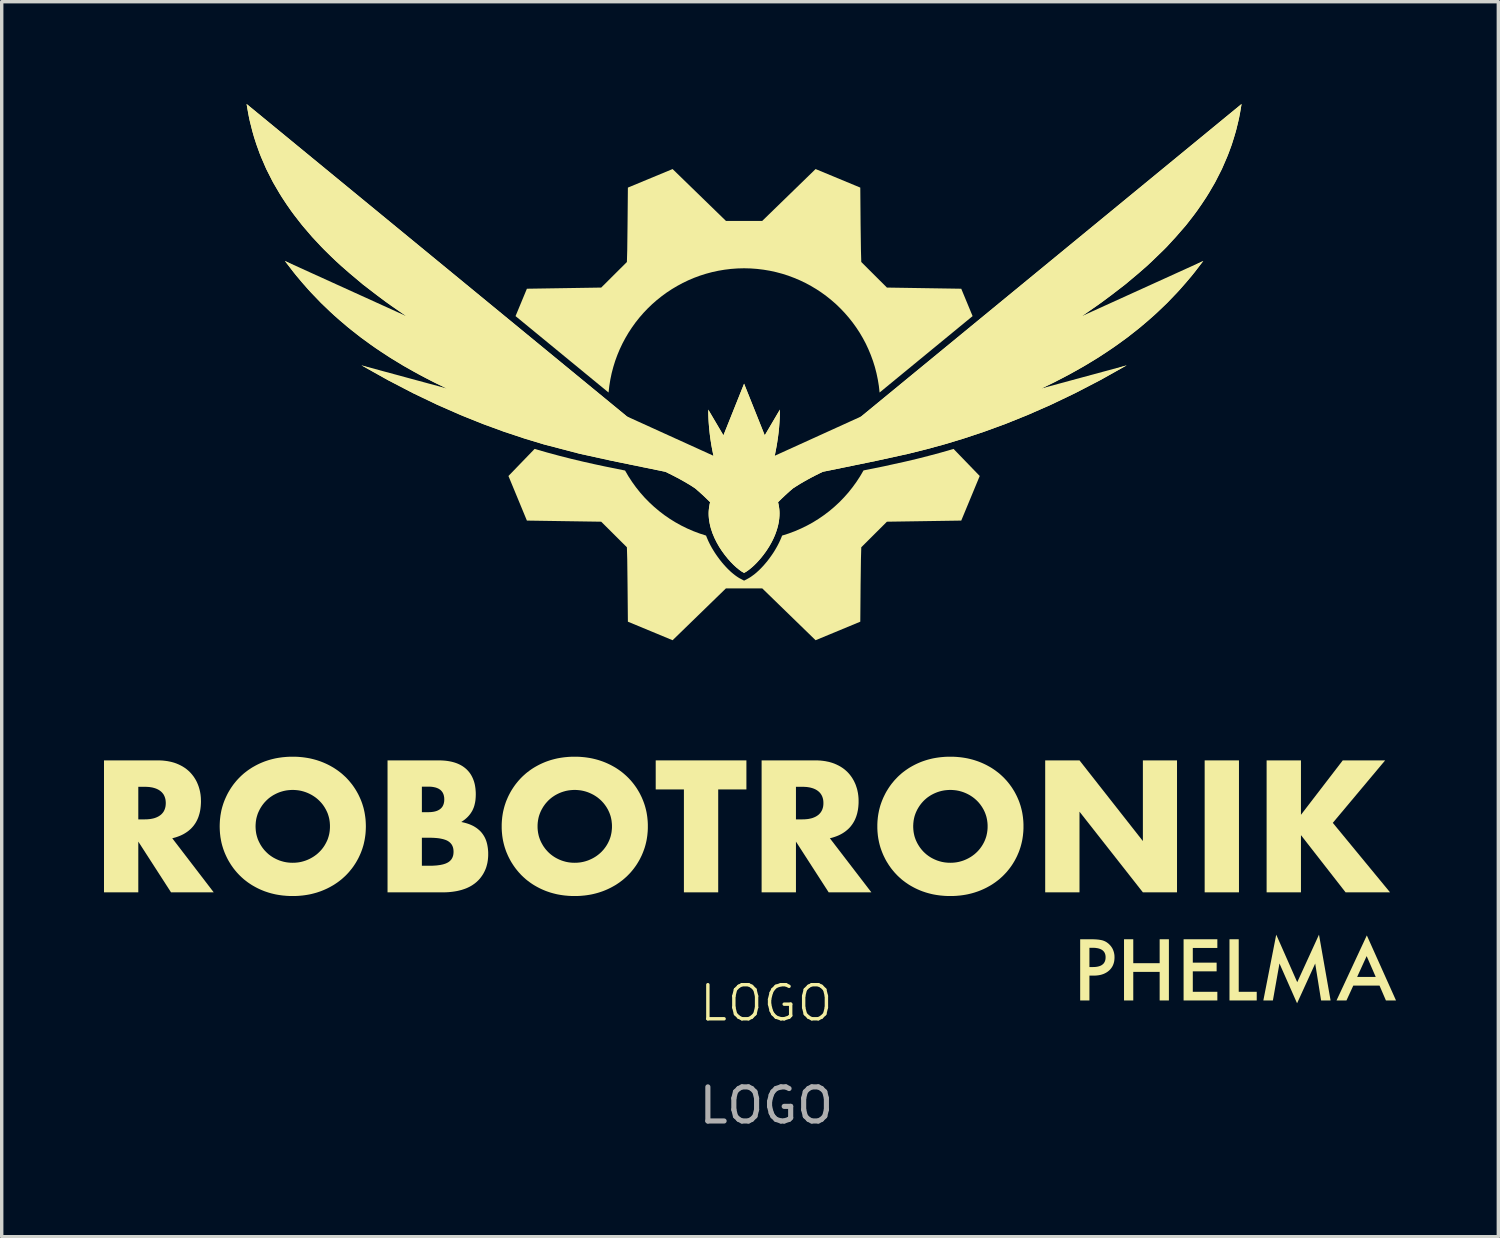
<source format=kicad_pcb>
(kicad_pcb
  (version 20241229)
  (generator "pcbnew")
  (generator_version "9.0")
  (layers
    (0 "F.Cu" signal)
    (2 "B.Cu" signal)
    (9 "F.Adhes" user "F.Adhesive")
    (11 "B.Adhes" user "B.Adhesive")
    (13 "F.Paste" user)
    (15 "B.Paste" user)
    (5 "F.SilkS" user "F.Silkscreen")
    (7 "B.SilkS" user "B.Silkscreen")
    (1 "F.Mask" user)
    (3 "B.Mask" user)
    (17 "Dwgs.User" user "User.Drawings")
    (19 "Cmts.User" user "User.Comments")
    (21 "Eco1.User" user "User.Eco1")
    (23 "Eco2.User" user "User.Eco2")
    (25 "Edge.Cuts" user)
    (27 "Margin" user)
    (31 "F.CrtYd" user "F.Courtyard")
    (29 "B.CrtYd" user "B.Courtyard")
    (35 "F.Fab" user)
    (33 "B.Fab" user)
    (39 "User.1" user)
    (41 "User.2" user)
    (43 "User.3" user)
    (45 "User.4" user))
  (footprint "LOGO"
    (layer "F.Cu")
    (at 19.425 26.872)
    (property "Reference" "LOGO" (at 0 -0.5 0) (unlocked yes) (layer "F.SilkS") (effects (font (size 1 1) (thickness 0.1))))
    (attr smd)
    (fp_poly (pts (xy -0.448 -14.548) (xy -0.652 -14.119) (xy -0.856 -14.548) (xy -0.652 -15.031)) (stroke (width 0) (type solid)) (fill yes) (layer "F.SilkS"))
    (fp_poly (pts (xy 13.862 -3.751) (xy 12.856 -3.751) (xy 12.856 -7.621) (xy 13.862 -7.621)) (stroke (width 0) (type solid)) (fill yes) (layer "F.SilkS"))
    (fp_poly (pts (xy 13.855 -0.834) (xy 14.383 -0.834) (xy 14.383 -0.58) (xy 13.584 -0.58) (xy 13.584 -2.375) (xy 13.855 -2.375)) (stroke (width 0) (type solid)) (fill yes) (layer "F.SilkS"))
    (fp_poly (pts (xy -0.584 -6.769) (xy -1.411 -6.769) (xy -1.411 -3.751) (xy -2.417 -3.751) (xy -2.417 -6.769) (xy -3.244 -6.769) (xy -3.244 -7.621) (xy -0.584 -7.621)) (stroke (width 0) (type solid)) (fill yes) (layer "F.SilkS"))
    (fp_poly (pts (xy 11.044 -5.255) (xy 11.044 -7.621) (xy 12.045 -7.621) (xy 12.045 -3.751) (xy 11.044 -3.751) (xy 9.185 -6.117) (xy 9.185 -3.751) (xy 8.179 -3.751) (xy 8.179 -7.621) (xy 9.185 -7.621)) (stroke (width 0) (type solid)) (fill yes) (layer "F.SilkS"))
    (fp_poly (pts (xy 16.549 -0.58) (xy 16.271 -0.58) (xy 16.098 -1.663) (xy 15.566 -0.497) (xy 15.05 -1.665) (xy 14.857 -0.58) (xy 14.577 -0.58) (xy 14.955 -2.51) (xy 15.571 -1.115) (xy 16.209 -2.51)) (stroke (width 0) (type solid)) (fill yes) (layer "F.SilkS"))
    (fp_poly (pts (xy 15.68 -6.025) (xy 16.906 -7.621) (xy 18.149 -7.621) (xy 16.614 -5.789) (xy 18.293 -3.751) (xy 16.989 -3.751) (xy 15.68 -5.429) (xy 15.68 -3.751) (xy 14.673 -3.751) (xy 14.673 -7.621) (xy 15.68 -7.621)) (stroke (width 0) (type solid)) (fill yes) (layer "F.SilkS"))
    (fp_poly (pts (xy 10.762 -1.673) (xy 11.536 -1.673) (xy 11.536 -2.375) (xy 11.807 -2.375) (xy 11.807 -0.58) (xy 11.536 -0.58) (xy 11.536 -1.418) (xy 10.762 -1.418) (xy 10.762 -0.58) (xy 10.491 -0.58) (xy 10.491 -2.375) (xy 10.762 -2.375)) (stroke (width 0) (type solid)) (fill yes) (layer "F.SilkS"))
    (fp_poly (pts (xy 13.228 -2.12) (xy 12.508 -2.12) (xy 12.508 -1.689) (xy 13.207 -1.689) (xy 13.207 -1.434) (xy 12.508 -1.434) (xy 12.508 -0.834) (xy 13.228 -0.834) (xy 13.228 -0.58) (xy 12.238 -0.58) (xy 12.238 -2.375) (xy 13.228 -2.375)) (stroke (width 0) (type solid)) (fill yes) (layer "F.SilkS"))
    (fp_poly (pts (xy 18.468 -0.58) (xy 18.172 -0.58) (xy 17.984 -1.016) (xy 17.215 -1.016) (xy 17.015 -0.58) (xy 16.723 -0.58) (xy 17.045 -1.27) (xy 17.328 -1.27) (xy 17.873 -1.27) (xy 17.607 -1.881) (xy 17.328 -1.27) (xy 17.045 -1.27) (xy 17.612 -2.488)) (stroke (width 0) (type solid)) (fill yes) (layer "F.SilkS"))
    (fp_poly (pts (xy -0.057 -16.99) (xy 0.35 -17.699) (xy 0.351 -17.585) (xy 0.34 -17.447) (xy 0.321 -17.288) (xy 0.292 -17.111) (xy 0.21 -16.715) (xy 0.1 -16.282) (xy -0.031 -15.837) (xy -0.177 -15.401) (xy -0.254 -15.194) (xy -0.333 -14.998) (xy -0.412 -14.816) (xy -0.492 -14.652) (xy -0.652 -15.031) (xy -0.813 -14.652) (xy -0.892 -14.816) (xy -0.972 -14.998) (xy -1.051 -15.194) (xy -1.128 -15.401) (xy -1.202 -15.616) (xy -1.274 -15.837) (xy -1.405 -16.282) (xy -1.514 -16.715) (xy -1.559 -16.919) (xy -1.596 -17.111) (xy -1.625 -17.288) (xy -1.645 -17.447) (xy -1.655 -17.585) (xy -1.655 -17.699) (xy -1.247 -16.99) (xy -0.652 -18.415)) (stroke (width 0) (type solid)) (fill yes) (layer "F.SilkS"))
    (fp_poly (pts (xy 13.866 -26.466) (xy 13.771 -26.071) (xy 13.653 -25.687) (xy 13.515 -25.315) (xy 13.356 -24.952) (xy 13.178 -24.601) (xy 12.981 -24.259) (xy 12.766 -23.927) (xy 12.535 -23.604) (xy 12.288 -23.29) (xy 11.751 -22.688) (xy 11.161 -22.118) (xy 10.525 -21.578) (xy 9.851 -21.065) (xy 9.147 -20.576) (xy 8.418 -20.109) (xy 7.673 -19.662) (xy 6.162 -18.815) (xy 4.671 -18.014) (xy 12.815 -22.269) (xy 12.476 -21.831) (xy 12.121 -21.42) (xy 11.753 -21.033) (xy 11.372 -20.672) (xy 10.979 -20.333) (xy 10.576 -20.015) (xy 10.164 -19.719) (xy 9.744 -19.441) (xy 9.317 -19.182) (xy 8.885 -18.939) (xy 8.449 -18.712) (xy 8.01 -18.5) (xy 7.568 -18.3) (xy 7.127 -18.112) (xy 6.246 -17.767) (xy 10.57 -19.208) (xy 9.799 -18.776) (xy 9.057 -18.391) (xy 8.345 -18.05) (xy 7.662 -17.75) (xy 7.008 -17.487) (xy 6.383 -17.258) (xy 5.787 -17.06) (xy 5.218 -16.888) (xy 4.678 -16.741) (xy 4.165 -16.613) (xy 3.222 -16.406) (xy 1.657 -16.085) (xy 1.539 -16.028) (xy 1.423 -15.97) (xy 1.31 -15.911) (xy 1.2 -15.851) (xy 1.092 -15.79) (xy 0.986 -15.728) (xy 0.884 -15.664) (xy 0.784 -15.6) (xy 0.725 -15.549) (xy 0.667 -15.499) (xy 0.611 -15.448) (xy 0.555 -15.397) (xy 0.501 -15.346) (xy 0.447 -15.295) (xy 0.395 -15.244) (xy 0.344 -15.193) (xy 0.327 -15.259) (xy 0.307 -15.326) (xy 0.285 -15.394) (xy 0.261 -15.462) (xy 0.235 -15.53) (xy 0.207 -15.598) (xy 0.177 -15.666) (xy 0.146 -15.735) (xy 0.542 -15.867) (xy 13.938 -26.872)) (stroke (width 0) (type solid)) (fill yes) (layer "F.SilkS"))
    (fp_poly (pts (xy -1.846 -15.867) (xy -1.451 -15.735) (xy -1.482 -15.666) (xy -1.512 -15.598) (xy -1.539 -15.53) (xy -1.566 -15.462) (xy -1.59 -15.394) (xy -1.612 -15.326) (xy -1.631 -15.259) (xy -1.648 -15.193) (xy -1.7 -15.244) (xy -1.752 -15.295) (xy -1.806 -15.347) (xy -1.86 -15.398) (xy -1.916 -15.448) (xy -1.972 -15.499) (xy -2.03 -15.549) (xy -2.089 -15.6) (xy -2.188 -15.665) (xy -2.291 -15.728) (xy -2.396 -15.79) (xy -2.504 -15.851) (xy -2.615 -15.911) (xy -2.728 -15.97) (xy -2.844 -16.028) (xy -2.961 -16.085) (xy -4.526 -16.406) (xy -5.47 -16.613) (xy -6.523 -16.888) (xy -7.091 -17.06) (xy -7.688 -17.258) (xy -8.313 -17.487) (xy -8.967 -17.75) (xy -9.65 -18.05) (xy -10.362 -18.391) (xy -11.103 -18.776) (xy -11.874 -19.208) (xy -7.55 -17.767) (xy -8.431 -18.112) (xy -8.873 -18.3) (xy -9.314 -18.5) (xy -9.754 -18.713) (xy -10.19 -18.94) (xy -10.622 -19.182) (xy -11.049 -19.442) (xy -11.468 -19.719) (xy -11.881 -20.016) (xy -12.283 -20.333) (xy -12.676 -20.672) (xy -13.057 -21.033) (xy -13.426 -21.42) (xy -13.78 -21.831) (xy -14.12 -22.269) (xy -5.974 -18.013) (xy -7.465 -18.814) (xy -8.977 -19.661) (xy -9.722 -20.109) (xy -10.45 -20.575) (xy -11.155 -21.064) (xy -11.829 -21.577) (xy -12.465 -22.118) (xy -12.766 -22.399) (xy -13.055 -22.687) (xy -13.331 -22.984) (xy -13.593 -23.289) (xy -13.84 -23.603) (xy -14.071 -23.926) (xy -14.285 -24.259) (xy -14.482 -24.6) (xy -14.66 -24.952) (xy -14.819 -25.314) (xy -14.958 -25.687) (xy -15.075 -26.071) (xy -15.17 -26.466) (xy -15.243 -26.872)) (stroke (width 0) (type solid)) (fill yes) (layer "F.SilkS"))
    (fp_poly (pts (xy 2.756 -24.42) (xy 2.765 -23.337) (xy 2.775 -22.588) (xy 2.785 -22.238) (xy 3.537 -21.488) (xy 5.717 -21.454) (xy 6.05 -20.651) (xy 3.322 -18.41) (xy 3.301 -18.602) (xy 3.27 -18.79) (xy 3.231 -18.976) (xy 3.184 -19.158) (xy 3.128 -19.336) (xy 3.064 -19.511) (xy 2.993 -19.681) (xy 2.915 -19.848) (xy 2.829 -20.009) (xy 2.736 -20.167) (xy 2.636 -20.319) (xy 2.529 -20.467) (xy 2.416 -20.609) (xy 2.297 -20.746) (xy 2.172 -20.877) (xy 2.042 -21.003) (xy 1.905 -21.122) (xy 1.764 -21.235) (xy 1.617 -21.342) (xy 1.466 -21.442) (xy 1.309 -21.535) (xy 1.149 -21.622) (xy 0.984 -21.701) (xy 0.815 -21.772) (xy 0.643 -21.837) (xy 0.467 -21.893) (xy 0.287 -21.941) (xy 0.105 -21.981) (xy -0.081 -22.012) (xy -0.269 -22.035) (xy -0.459 -22.049) (xy -0.652 -22.054) (xy -0.845 -22.049) (xy -1.036 -22.035) (xy -1.224 -22.012) (xy -1.409 -21.981) (xy -1.592 -21.941) (xy -1.771 -21.893) (xy -1.947 -21.837) (xy -2.12 -21.773) (xy -2.289 -21.701) (xy -2.453 -21.622) (xy -2.614 -21.535) (xy -2.77 -21.442) (xy -2.922 -21.342) (xy -3.068 -21.235) (xy -3.21 -21.122) (xy -3.346 -21.003) (xy -3.477 -20.877) (xy -3.602 -20.746) (xy -3.721 -20.609) (xy -3.834 -20.467) (xy -3.94 -20.319) (xy -4.04 -20.167) (xy -4.133 -20.009) (xy -4.219 -19.848) (xy -4.298 -19.681) (xy -4.369 -19.511) (xy -4.433 -19.336) (xy -4.488 -19.158) (xy -4.536 -18.976) (xy -4.575 -18.79) (xy -4.605 -18.602) (xy -4.627 -18.41) (xy -7.355 -20.651) (xy -7.022 -21.454) (xy -4.842 -21.488) (xy -4.089 -22.238) (xy -4.079 -22.588) (xy -4.07 -23.337) (xy -4.06 -24.42) (xy -2.749 -24.964) (xy -1.184 -23.443) (xy -0.12 -23.443) (xy 1.445 -24.964)) (stroke (width 0) (type solid)) (fill yes) (layer "F.SilkS"))
    (fp_poly (pts (xy 0.107 -15.744) (xy 0.151 -15.636) (xy 0.17 -15.583) (xy 0.189 -15.529) (xy 0.207 -15.476) (xy 0.223 -15.423) (xy 0.237 -15.37) (xy 0.25 -15.318) (xy 0.261 -15.266) (xy 0.27 -15.214) (xy 0.277 -15.163) (xy 0.283 -15.112) (xy 0.286 -15.062) (xy 0.287 -15.013) (xy 0.285 -14.942) (xy 0.28 -14.872) (xy 0.272 -14.803) (xy 0.26 -14.733) (xy 0.245 -14.665) (xy 0.228 -14.596) (xy 0.208 -14.529) (xy 0.185 -14.462) (xy 0.16 -14.396) (xy 0.133 -14.331) (xy 0.104 -14.267) (xy 0.073 -14.204) (xy 0.041 -14.143) (xy 0.007 -14.083) (xy -0.064 -13.967) (xy -0.139 -13.859) (xy -0.216 -13.757) (xy -0.294 -13.665) (xy -0.372 -13.581) (xy -0.448 -13.508) (xy -0.521 -13.445) (xy -0.589 -13.394) (xy -0.622 -13.373) (xy -0.652 -13.356) (xy -0.715 -13.394) (xy -0.784 -13.445) (xy -0.857 -13.508) (xy -0.933 -13.581) (xy -1.01 -13.665) (xy -1.089 -13.757) (xy -1.166 -13.859) (xy -1.241 -13.967) (xy -1.312 -14.083) (xy -1.378 -14.204) (xy -1.438 -14.331) (xy -1.489 -14.462) (xy -1.532 -14.596) (xy -1.564 -14.733) (xy -1.576 -14.803) (xy -1.585 -14.872) (xy -1.59 -14.942) (xy -1.592 -15.013) (xy -1.59 -15.062) (xy -1.587 -15.112) (xy -1.582 -15.163) (xy -1.574 -15.214) (xy -1.565 -15.266) (xy -1.554 -15.318) (xy -1.541 -15.37) (xy -1.527 -15.423) (xy -1.511 -15.476) (xy -1.494 -15.529) (xy -1.455 -15.636) (xy -1.412 -15.744) (xy -1.364 -15.852) (xy -1.283 -15.604) (xy -1.197 -15.364) (xy -1.107 -15.132) (xy -1.016 -14.91) (xy -0.923 -14.697) (xy -0.831 -14.493) (xy -0.74 -14.301) (xy -0.652 -14.119) (xy -0.474 -14.493) (xy -0.381 -14.697) (xy -0.289 -14.91) (xy -0.197 -15.132) (xy -0.108 -15.364) (xy -0.022 -15.604) (xy 0.06 -15.852)) (stroke (width 0) (type solid)) (fill yes) (layer "F.SilkS"))
    (fp_poly (pts (xy -0.046 -17.154) (xy 0.398 -17.909) (xy 0.397 -17.775) (xy 0.392 -17.641) (xy 0.384 -17.509) (xy 0.374 -17.378) (xy 0.361 -17.247) (xy 0.345 -17.118) (xy 0.306 -16.862) (xy 0.258 -16.611) (xy 0.203 -16.365) (xy 0.14 -16.124) (xy 0.071 -15.889) (xy 0.135 -15.758) (xy 0.195 -15.627) (xy 0.223 -15.562) (xy 0.249 -15.496) (xy 0.273 -15.431) (xy 0.295 -15.366) (xy 0.316 -15.301) (xy 0.334 -15.237) (xy 0.349 -15.173) (xy 0.363 -15.11) (xy 0.373 -15.048) (xy 0.381 -14.986) (xy 0.386 -14.924) (xy 0.387 -14.864) (xy 0.385 -14.79) (xy 0.379 -14.716) (xy 0.37 -14.642) (xy 0.357 -14.569) (xy 0.341 -14.496) (xy 0.321 -14.424) (xy 0.299 -14.353) (xy 0.274 -14.282) (xy 0.247 -14.213) (xy 0.217 -14.144) (xy 0.185 -14.077) (xy 0.151 -14.011) (xy 0.115 -13.947) (xy 0.078 -13.883) (xy -0.001 -13.762) (xy -0.084 -13.648) (xy -0.169 -13.542) (xy -0.256 -13.444) (xy -0.342 -13.356) (xy -0.426 -13.279) (xy -0.507 -13.213) (xy -0.583 -13.159) (xy -0.652 -13.119) (xy -0.722 -13.159) (xy -0.797 -13.213) (xy -0.878 -13.279) (xy -0.962 -13.356) (xy -1.048 -13.444) (xy -1.135 -13.542) (xy -1.22 -13.648) (xy -1.303 -13.762) (xy -1.382 -13.883) (xy -1.455 -14.011) (xy -1.521 -14.144) (xy -1.579 -14.282) (xy -1.626 -14.424) (xy -1.645 -14.496) (xy -1.661 -14.569) (xy -1.674 -14.642) (xy -1.684 -14.716) (xy -1.69 -14.79) (xy -1.692 -14.864) (xy -1.69 -14.924) (xy -1.685 -14.986) (xy -1.678 -15.048) (xy -1.667 -15.11) (xy -1.654 -15.174) (xy -1.638 -15.237) (xy -1.62 -15.301) (xy -1.6 -15.366) (xy -1.578 -15.431) (xy -1.553 -15.496) (xy -1.527 -15.562) (xy -1.5 -15.627) (xy -1.44 -15.758) (xy -1.376 -15.89) (xy -1.444 -16.124) (xy -1.507 -16.365) (xy -1.563 -16.611) (xy -1.611 -16.862) (xy -1.65 -17.118) (xy -1.678 -17.378) (xy -1.689 -17.509) (xy -1.697 -17.641) (xy -1.701 -17.775) (xy -1.703 -17.909) (xy -1.258 -17.154) (xy -0.652 -18.669)) (stroke (width 0) (type solid)) (fill yes) (layer "F.SilkS"))
    (fp_poly (pts (xy 9.567 -2.375) (xy 9.618 -2.373) (xy 9.666 -2.371) (xy 9.71 -2.367) (xy 9.751 -2.363) (xy 9.788 -2.357) (xy 9.822 -2.351) (xy 9.853 -2.344) (xy 9.867 -2.34) (xy 9.881 -2.335) (xy 9.895 -2.33) (xy 9.909 -2.324) (xy 9.923 -2.319) (xy 9.936 -2.312) (xy 9.949 -2.306) (xy 9.962 -2.298) (xy 9.975 -2.291) (xy 9.987 -2.283) (xy 9.999 -2.274) (xy 10.011 -2.265) (xy 10.023 -2.256) (xy 10.035 -2.246) (xy 10.046 -2.236) (xy 10.057 -2.225) (xy 10.076 -2.206) (xy 10.094 -2.186) (xy 10.11 -2.166) (xy 10.125 -2.145) (xy 10.139 -2.123) (xy 10.152 -2.101) (xy 10.163 -2.078) (xy 10.173 -2.054) (xy 10.182 -2.03) (xy 10.19 -2.005) (xy 10.197 -1.98) (xy 10.202 -1.954) (xy 10.207 -1.927) (xy 10.21 -1.9) (xy 10.211 -1.872) (xy 10.212 -1.844) (xy 10.211 -1.813) (xy 10.209 -1.784) (xy 10.206 -1.755) (xy 10.202 -1.727) (xy 10.196 -1.7) (xy 10.189 -1.673) (xy 10.18 -1.648) (xy 10.171 -1.623) (xy 10.16 -1.599) (xy 10.148 -1.576) (xy 10.134 -1.553) (xy 10.119 -1.532) (xy 10.103 -1.511) (xy 10.086 -1.491) (xy 10.067 -1.471) (xy 10.047 -1.453) (xy 10.026 -1.436) (xy 10.004 -1.419) (xy 9.981 -1.404) (xy 9.957 -1.39) (xy 9.932 -1.377) (xy 9.907 -1.365) (xy 9.88 -1.354) (xy 9.853 -1.345) (xy 9.825 -1.336) (xy 9.796 -1.329) (xy 9.766 -1.323) (xy 9.735 -1.318) (xy 9.703 -1.314) (xy 9.67 -1.311) (xy 9.636 -1.309) (xy 9.602 -1.309) (xy 9.476 -1.309) (xy 9.476 -0.58) (xy 9.205 -0.58) (xy 9.205 -2.125) (xy 9.476 -2.125) (xy 9.476 -1.56) (xy 9.577 -1.56) (xy 9.622 -1.561) (xy 9.665 -1.564) (xy 9.704 -1.57) (xy 9.74 -1.578) (xy 9.758 -1.583) (xy 9.774 -1.588) (xy 9.79 -1.594) (xy 9.805 -1.6) (xy 9.819 -1.607) (xy 9.832 -1.615) (xy 9.845 -1.623) (xy 9.857 -1.632) (xy 9.868 -1.641) (xy 9.879 -1.651) (xy 9.889 -1.661) (xy 9.898 -1.672) (xy 9.906 -1.684) (xy 9.914 -1.696) (xy 9.921 -1.708) (xy 9.927 -1.722) (xy 9.933 -1.735) (xy 9.937 -1.75) (xy 9.941 -1.764) (xy 9.945 -1.78) (xy 9.947 -1.796) (xy 9.949 -1.812) (xy 9.95 -1.83) (xy 9.95 -1.847) (xy 9.95 -1.864) (xy 9.949 -1.881) (xy 9.947 -1.897) (xy 9.944 -1.912) (xy 9.941 -1.927) (xy 9.937 -1.942) (xy 9.932 -1.955) (xy 9.926 -1.969) (xy 9.92 -1.982) (xy 9.913 -1.994) (xy 9.905 -2.005) (xy 9.896 -2.017) (xy 9.887 -2.027) (xy 9.877 -2.037) (xy 9.866 -2.047) (xy 9.854 -2.056) (xy 9.842 -2.064) (xy 9.829 -2.072) (xy 9.815 -2.079) (xy 9.8 -2.086) (xy 9.785 -2.092) (xy 9.769 -2.098) (xy 9.752 -2.103) (xy 9.734 -2.108) (xy 9.716 -2.112) (xy 9.696 -2.115) (xy 9.676 -2.118) (xy 9.656 -2.121) (xy 9.634 -2.123) (xy 9.612 -2.124) (xy 9.589 -2.125) (xy 9.566 -2.125) (xy 9.476 -2.125) (xy 9.205 -2.125) (xy 9.205 -2.375) (xy 9.512 -2.375)) (stroke (width 0) (type solid)) (fill yes) (layer "F.SilkS"))
    (fp_poly (pts (xy 6.259 -15.962) (xy 5.717 -14.654) (xy 3.537 -14.621) (xy 2.785 -13.871) (xy 2.775 -13.521) (xy 2.765 -12.772) (xy 2.756 -11.689) (xy 1.445 -11.145) (xy -0.12 -12.666) (xy -1.184 -12.666) (xy -2.749 -11.145) (xy -4.06 -11.689) (xy -4.07 -12.772) (xy -4.079 -13.521) (xy -4.089 -13.871) (xy -4.842 -14.621) (xy -7.022 -14.654) (xy -7.563 -15.962) (xy -6.796 -16.756) (xy -6.419 -16.648) (xy -6.056 -16.55) (xy -5.705 -16.461) (xy -5.368 -16.381) (xy -5.043 -16.308) (xy -4.73 -16.241) (xy -4.143 -16.122) (xy -4.044 -15.952) (xy -3.936 -15.787) (xy -3.822 -15.629) (xy -3.7 -15.476) (xy -3.571 -15.33) (xy -3.435 -15.191) (xy -3.293 -15.059) (xy -3.144 -14.933) (xy -2.99 -14.815) (xy -2.83 -14.705) (xy -2.665 -14.603) (xy -2.494 -14.508) (xy -2.319 -14.422) (xy -2.139 -14.344) (xy -1.955 -14.275) (xy -1.767 -14.214) (xy -1.753 -14.176) (xy -1.737 -14.138) (xy -1.705 -14.063) (xy -1.67 -13.99) (xy -1.633 -13.918) (xy -1.594 -13.848) (xy -1.553 -13.78) (xy -1.511 -13.713) (xy -1.468 -13.649) (xy -1.424 -13.587) (xy -1.38 -13.527) (xy -1.335 -13.469) (xy -1.29 -13.413) (xy -1.244 -13.36) (xy -1.198 -13.309) (xy -1.152 -13.26) (xy -1.106 -13.214) (xy -1.06 -13.17) (xy -1.014 -13.129) (xy -0.968 -13.091) (xy -0.923 -13.055) (xy -0.877 -13.022) (xy -0.833 -12.992) (xy -0.789 -12.965) (xy -0.745 -12.942) (xy -0.745 -12.941) (xy -0.745 -12.941) (xy -0.745 -12.941) (xy -0.745 -12.941) (xy -0.745 -12.941) (xy -0.745 -12.941) (xy -0.745 -12.941) (xy -0.745 -12.941) (xy -0.745 -12.941) (xy -0.744 -12.941) (xy -0.744 -12.941) (xy -0.744 -12.941) (xy -0.744 -12.941) (xy -0.744 -12.941) (xy -0.744 -12.941) (xy -0.744 -12.941) (xy -0.744 -12.941) (xy -0.744 -12.941) (xy -0.744 -12.941) (xy -0.744 -12.941) (xy -0.744 -12.941) (xy -0.744 -12.941) (xy -0.744 -12.941) (xy -0.744 -12.941) (xy -0.744 -12.941) (xy -0.744 -12.941) (xy -0.744 -12.941) (xy -0.744 -12.941) (xy -0.744 -12.941) (xy -0.744 -12.941) (xy -0.744 -12.941) (xy -0.744 -12.941) (xy -0.744 -12.941) (xy -0.744 -12.941) (xy -0.744 -12.941) (xy -0.652 -12.893) (xy -0.56 -12.941) (xy -0.517 -12.965) (xy -0.472 -12.992) (xy -0.428 -13.022) (xy -0.383 -13.055) (xy -0.337 -13.09) (xy -0.291 -13.128) (xy -0.245 -13.17) (xy -0.199 -13.213) (xy -0.153 -13.259) (xy -0.107 -13.308) (xy -0.061 -13.359) (xy -0.015 -13.413) (xy 0.031 -13.468) (xy 0.075 -13.526) (xy 0.12 -13.587) (xy 0.164 -13.649) (xy 0.207 -13.713) (xy 0.249 -13.78) (xy 0.289 -13.848) (xy 0.328 -13.918) (xy 0.365 -13.99) (xy 0.4 -14.063) (xy 0.433 -14.138) (xy 0.463 -14.214) (xy 0.652 -14.274) (xy 0.837 -14.343) (xy 1.017 -14.421) (xy 1.193 -14.507) (xy 1.365 -14.601) (xy 1.531 -14.704) (xy 1.691 -14.814) (xy 1.847 -14.932) (xy 1.996 -15.058) (xy 2.139 -15.19) (xy 2.275 -15.33) (xy 2.405 -15.476) (xy 2.527 -15.629) (xy 2.643 -15.789) (xy 2.751 -15.954) (xy 2.851 -16.125) (xy 3.435 -16.243) (xy 4.07 -16.383) (xy 4.406 -16.462) (xy 4.755 -16.551) (xy 5.117 -16.648) (xy 5.491 -16.756)) (stroke (width 0) (type solid)) (fill yes) (layer "F.SilkS"))
    (fp_poly (pts (xy -17.78 -7.62) (xy -17.703 -7.616) (xy -17.629 -7.608) (xy -17.592 -7.603) (xy -17.557 -7.598) (xy -17.522 -7.591) (xy -17.487 -7.584) (xy -17.454 -7.577) (xy -17.421 -7.568) (xy -17.388 -7.559) (xy -17.356 -7.549) (xy -17.325 -7.538) (xy -17.295 -7.527) (xy -17.265 -7.514) (xy -17.236 -7.502) (xy -17.207 -7.488) (xy -17.18 -7.475) (xy -17.152 -7.46) (xy -17.126 -7.446) (xy -17.1 -7.43) (xy -17.075 -7.414) (xy -17.05 -7.398) (xy -17.026 -7.381) (xy -17.003 -7.363) (xy -16.981 -7.345) (xy -16.959 -7.326) (xy -16.937 -7.307) (xy -16.917 -7.288) (xy -16.897 -7.267) (xy -16.878 -7.247) (xy -16.859 -7.225) (xy -16.841 -7.204) (xy -16.824 -7.182) (xy -16.807 -7.16) (xy -16.79 -7.137) (xy -16.775 -7.114) (xy -16.76 -7.09) (xy -16.745 -7.066) (xy -16.731 -7.042) (xy -16.718 -7.017) (xy -16.705 -6.992) (xy -16.693 -6.966) (xy -16.682 -6.94) (xy -16.671 -6.914) (xy -16.661 -6.887) (xy -16.651 -6.86) (xy -16.642 -6.833) (xy -16.634 -6.805) (xy -16.626 -6.778) (xy -16.619 -6.75) (xy -16.612 -6.721) (xy -16.606 -6.693) (xy -16.601 -6.664) (xy -16.596 -6.635) (xy -16.592 -6.606) (xy -16.589 -6.576) (xy -16.586 -6.547) (xy -16.584 -6.517) (xy -16.583 -6.486) (xy -16.582 -6.456) (xy -16.581 -6.425) (xy -16.582 -6.371) (xy -16.585 -6.318) (xy -16.589 -6.266) (xy -16.595 -6.215) (xy -16.602 -6.166) (xy -16.611 -6.118) (xy -16.622 -6.071) (xy -16.635 -6.026) (xy -16.649 -5.981) (xy -16.664 -5.939) (xy -16.682 -5.897) (xy -16.701 -5.857) (xy -16.722 -5.818) (xy -16.744 -5.78) (xy -16.769 -5.744) (xy -16.794 -5.709) (xy -16.822 -5.675) (xy -16.851 -5.643) (xy -16.881 -5.612) (xy -16.914 -5.583) (xy -16.947 -5.555) (xy -16.983 -5.528) (xy -17.02 -5.503) (xy -17.058 -5.479) (xy -17.098 -5.456) (xy -17.14 -5.435) (xy -17.183 -5.415) (xy -17.228 -5.397) (xy -17.274 -5.38) (xy -17.322 -5.364) (xy -17.372 -5.35) (xy -17.423 -5.337) (xy -16.207 -3.751) (xy -17.459 -3.751) (xy -18.419 -5.239) (xy -18.419 -3.751) (xy -19.425 -3.751) (xy -19.425 -6.846) (xy -18.419 -6.846) (xy -18.419 -5.891) (xy -18.229 -5.891) (xy -18.193 -5.892) (xy -18.157 -5.893) (xy -18.122 -5.896) (xy -18.089 -5.899) (xy -18.057 -5.903) (xy -18.025 -5.909) (xy -17.995 -5.915) (xy -17.966 -5.922) (xy -17.938 -5.93) (xy -17.911 -5.94) (xy -17.885 -5.95) (xy -17.861 -5.961) (xy -17.837 -5.973) (xy -17.814 -5.986) (xy -17.793 -6) (xy -17.772 -6.015) (xy -17.753 -6.03) (xy -17.735 -6.047) (xy -17.718 -6.065) (xy -17.703 -6.083) (xy -17.688 -6.102) (xy -17.675 -6.122) (xy -17.664 -6.143) (xy -17.653 -6.165) (xy -17.644 -6.187) (xy -17.636 -6.211) (xy -17.629 -6.235) (xy -17.623 -6.26) (xy -17.619 -6.286) (xy -17.616 -6.313) (xy -17.614 -6.34) (xy -17.613 -6.369) (xy -17.614 -6.397) (xy -17.616 -6.425) (xy -17.619 -6.452) (xy -17.623 -6.478) (xy -17.629 -6.503) (xy -17.636 -6.527) (xy -17.644 -6.55) (xy -17.653 -6.573) (xy -17.664 -6.595) (xy -17.675 -6.616) (xy -17.688 -6.636) (xy -17.703 -6.655) (xy -17.718 -6.673) (xy -17.735 -6.691) (xy -17.753 -6.707) (xy -17.772 -6.723) (xy -17.793 -6.738) (xy -17.814 -6.752) (xy -17.837 -6.765) (xy -17.861 -6.777) (xy -17.885 -6.788) (xy -17.911 -6.798) (xy -17.938 -6.807) (xy -17.966 -6.815) (xy -17.995 -6.823) (xy -18.025 -6.829) (xy -18.057 -6.834) (xy -18.089 -6.839) (xy -18.122 -6.842) (xy -18.157 -6.844) (xy -18.193 -6.846) (xy -18.229 -6.846) (xy -18.419 -6.846) (xy -19.425 -6.846) (xy -19.425 -7.621) (xy -17.86 -7.621)) (stroke (width 0) (type solid)) (fill yes) (layer "F.SilkS"))
    (fp_poly (pts (xy 1.508 -7.62) (xy 1.585 -7.616) (xy 1.659 -7.608) (xy 1.695 -7.603) (xy 1.731 -7.598) (xy 1.766 -7.591) (xy 1.8 -7.584) (xy 1.834 -7.577) (xy 1.867 -7.568) (xy 1.899 -7.559) (xy 1.931 -7.549) (xy 1.962 -7.538) (xy 1.993 -7.527) (xy 2.023 -7.514) (xy 2.052 -7.502) (xy 2.08 -7.488) (xy 2.108 -7.475) (xy 2.135 -7.46) (xy 2.162 -7.446) (xy 2.188 -7.43) (xy 2.213 -7.414) (xy 2.237 -7.398) (xy 2.261 -7.381) (xy 2.285 -7.363) (xy 2.307 -7.345) (xy 2.329 -7.326) (xy 2.35 -7.307) (xy 2.371 -7.288) (xy 2.391 -7.267) (xy 2.41 -7.247) (xy 2.429 -7.225) (xy 2.447 -7.204) (xy 2.464 -7.182) (xy 2.481 -7.16) (xy 2.497 -7.137) (xy 2.513 -7.114) (xy 2.528 -7.09) (xy 2.542 -7.066) (xy 2.556 -7.042) (xy 2.57 -7.017) (xy 2.582 -6.992) (xy 2.594 -6.966) (xy 2.606 -6.94) (xy 2.617 -6.914) (xy 2.627 -6.887) (xy 2.636 -6.86) (xy 2.645 -6.833) (xy 2.654 -6.805) (xy 2.662 -6.778) (xy 2.669 -6.75) (xy 2.675 -6.721) (xy 2.681 -6.693) (xy 2.687 -6.664) (xy 2.691 -6.635) (xy 2.695 -6.606) (xy 2.699 -6.576) (xy 2.701 -6.547) (xy 2.704 -6.517) (xy 2.705 -6.486) (xy 2.706 -6.456) (xy 2.706 -6.425) (xy 2.706 -6.371) (xy 2.703 -6.318) (xy 2.699 -6.266) (xy 2.693 -6.215) (xy 2.686 -6.166) (xy 2.676 -6.118) (xy 2.666 -6.071) (xy 2.653 -6.026) (xy 2.639 -5.981) (xy 2.623 -5.939) (xy 2.606 -5.897) (xy 2.587 -5.857) (xy 2.566 -5.818) (xy 2.543 -5.78) (xy 2.519 -5.744) (xy 2.493 -5.709) (xy 2.466 -5.675) (xy 2.437 -5.643) (xy 2.406 -5.612) (xy 2.374 -5.583) (xy 2.34 -5.555) (xy 2.305 -5.528) (xy 2.268 -5.503) (xy 2.23 -5.479) (xy 2.189 -5.456) (xy 2.148 -5.435) (xy 2.105 -5.415) (xy 2.06 -5.397) (xy 2.013 -5.38) (xy 1.965 -5.364) (xy 1.916 -5.35) (xy 1.864 -5.337) (xy 3.081 -3.751) (xy 1.829 -3.751) (xy 0.869 -5.239) (xy 0.869 -3.751) (xy -0.138 -3.751) (xy -0.138 -6.846) (xy 0.869 -6.846) (xy 0.869 -5.891) (xy 1.058 -5.891) (xy 1.095 -5.892) (xy 1.131 -5.893) (xy 1.165 -5.896) (xy 1.199 -5.899) (xy 1.231 -5.903) (xy 1.262 -5.909) (xy 1.292 -5.915) (xy 1.322 -5.922) (xy 1.35 -5.93) (xy 1.377 -5.94) (xy 1.402 -5.95) (xy 1.427 -5.961) (xy 1.451 -5.973) (xy 1.473 -5.986) (xy 1.495 -6) (xy 1.515 -6.015) (xy 1.535 -6.03) (xy 1.553 -6.047) (xy 1.569 -6.065) (xy 1.585 -6.083) (xy 1.599 -6.102) (xy 1.612 -6.122) (xy 1.624 -6.143) (xy 1.635 -6.165) (xy 1.644 -6.187) (xy 1.652 -6.211) (xy 1.659 -6.235) (xy 1.665 -6.26) (xy 1.669 -6.286) (xy 1.672 -6.313) (xy 1.674 -6.34) (xy 1.674 -6.369) (xy 1.674 -6.397) (xy 1.672 -6.425) (xy 1.669 -6.452) (xy 1.665 -6.478) (xy 1.659 -6.503) (xy 1.652 -6.527) (xy 1.644 -6.55) (xy 1.635 -6.573) (xy 1.624 -6.595) (xy 1.612 -6.616) (xy 1.599 -6.636) (xy 1.585 -6.655) (xy 1.569 -6.673) (xy 1.553 -6.691) (xy 1.535 -6.707) (xy 1.515 -6.723) (xy 1.495 -6.738) (xy 1.473 -6.752) (xy 1.451 -6.765) (xy 1.427 -6.777) (xy 1.402 -6.788) (xy 1.377 -6.798) (xy 1.35 -6.807) (xy 1.322 -6.815) (xy 1.292 -6.823) (xy 1.262 -6.829) (xy 1.231 -6.834) (xy 1.199 -6.839) (xy 1.165 -6.842) (xy 1.131 -6.844) (xy 1.095 -6.846) (xy 1.058 -6.846) (xy 0.869 -6.846) (xy -0.138 -6.846) (xy -0.138 -7.621) (xy 1.428 -7.621)) (stroke (width 0) (type solid)) (fill yes) (layer "F.SilkS"))
    (fp_poly (pts (xy 13.897 -26.621) (xy 13.846 -26.374) (xy 13.787 -26.132) (xy 13.719 -25.893) (xy 13.644 -25.659) (xy 13.56 -25.429) (xy 13.369 -24.981) (xy 13.149 -24.549) (xy 12.901 -24.132) (xy 12.627 -23.729) (xy 12.329 -23.34) (xy 12.007 -22.964) (xy 11.665 -22.601) (xy 11.303 -22.25) (xy 10.924 -21.91) (xy 10.528 -21.581) (xy 10.118 -21.263) (xy 9.695 -20.954) (xy 9.261 -20.654) (xy 12.815 -22.269) (xy 12.566 -21.942) (xy 12.307 -21.63) (xy 12.041 -21.332) (xy 11.767 -21.048) (xy 11.486 -20.777) (xy 11.199 -20.519) (xy 10.906 -20.273) (xy 10.607 -20.039) (xy 10.303 -19.816) (xy 9.995 -19.605) (xy 9.683 -19.403) (xy 9.367 -19.211) (xy 9.048 -19.029) (xy 8.726 -18.855) (xy 8.402 -18.689) (xy 8.077 -18.532) (xy 10.57 -19.208) (xy 9.799 -18.776) (xy 9.057 -18.391) (xy 8.345 -18.05) (xy 7.662 -17.75) (xy 7.008 -17.487) (xy 6.383 -17.258) (xy 5.787 -17.06) (xy 5.218 -16.888) (xy 4.678 -16.741) (xy 4.165 -16.613) (xy 3.222 -16.406) (xy 1.657 -16.085) (xy 1.539 -16.028) (xy 1.423 -15.97) (xy 1.31 -15.911) (xy 1.2 -15.851) (xy 1.092 -15.79) (xy 0.986 -15.728) (xy 0.884 -15.664) (xy 0.784 -15.6) (xy 0.725 -15.549) (xy 0.667 -15.499) (xy 0.611 -15.448) (xy 0.555 -15.397) (xy 0.501 -15.346) (xy 0.447 -15.295) (xy 0.395 -15.244) (xy 0.344 -15.193) (xy 0.353 -15.15) (xy 0.362 -15.109) (xy 0.369 -15.067) (xy 0.376 -15.026) (xy 0.381 -14.985) (xy 0.384 -14.944) (xy 0.386 -14.904) (xy 0.387 -14.864) (xy 0.385 -14.79) (xy 0.379 -14.716) (xy 0.37 -14.642) (xy 0.357 -14.569) (xy 0.341 -14.496) (xy 0.321 -14.424) (xy 0.299 -14.353) (xy 0.274 -14.282) (xy 0.247 -14.213) (xy 0.217 -14.144) (xy 0.185 -14.077) (xy 0.151 -14.011) (xy 0.115 -13.947) (xy 0.078 -13.883) (xy -0.001 -13.762) (xy -0.084 -13.648) (xy -0.169 -13.542) (xy -0.256 -13.444) (xy -0.342 -13.356) (xy -0.426 -13.279) (xy -0.507 -13.213) (xy -0.583 -13.159) (xy -0.652 -13.119) (xy -0.722 -13.159) (xy -0.797 -13.213) (xy -0.878 -13.279) (xy -0.962 -13.356) (xy -1.048 -13.444) (xy -1.135 -13.542) (xy -1.22 -13.648) (xy -1.303 -13.762) (xy -1.382 -13.883) (xy -1.455 -14.011) (xy -1.521 -14.144) (xy -1.579 -14.282) (xy -1.626 -14.424) (xy -1.645 -14.496) (xy -1.661 -14.569) (xy -1.674 -14.642) (xy -1.684 -14.716) (xy -1.69 -14.79) (xy -1.692 -14.864) (xy -1.691 -14.904) (xy -1.689 -14.944) (xy -1.685 -14.985) (xy -1.68 -15.026) (xy -1.674 -15.067) (xy -1.667 -15.109) (xy -1.658 -15.15) (xy -1.648 -15.193) (xy -1.7 -15.244) (xy -1.752 -15.295) (xy -1.806 -15.347) (xy -1.86 -15.398) (xy -1.916 -15.448) (xy -1.972 -15.499) (xy -2.03 -15.549) (xy -2.089 -15.6) (xy -2.188 -15.665) (xy -2.291 -15.728) (xy -2.396 -15.79) (xy -2.504 -15.851) (xy -2.615 -15.911) (xy -2.728 -15.97) (xy -2.844 -16.028) (xy -2.961 -16.085) (xy -4.526 -16.406) (xy -5.47 -16.613) (xy -6.523 -16.888) (xy -7.091 -17.06) (xy -7.688 -17.258) (xy -8.313 -17.487) (xy -8.967 -17.75) (xy -9.65 -18.05) (xy -10.362 -18.391) (xy -11.103 -18.776) (xy -11.874 -19.208) (xy -9.381 -18.532) (xy -9.706 -18.689) (xy -10.03 -18.855) (xy -10.352 -19.029) (xy -10.671 -19.211) (xy -10.987 -19.403) (xy -11.299 -19.604) (xy -11.608 -19.816) (xy -11.911 -20.039) (xy -12.21 -20.273) (xy -12.503 -20.519) (xy -12.791 -20.777) (xy -13.071 -21.048) (xy -13.345 -21.332) (xy -13.612 -21.63) (xy -13.87 -21.942) (xy -14.12 -22.269) (xy -10.566 -20.654) (xy -11 -20.954) (xy -11.423 -21.263) (xy -11.833 -21.581) (xy -12.228 -21.91) (xy -12.608 -22.25) (xy -12.97 -22.601) (xy -13.312 -22.964) (xy -13.633 -23.34) (xy -13.932 -23.729) (xy -14.206 -24.132) (xy -14.454 -24.549) (xy -14.674 -24.981) (xy -14.864 -25.429) (xy -15.024 -25.893) (xy -15.151 -26.374) (xy -15.201 -26.621) (xy -15.243 -26.872) (xy -4.089 -17.709) (xy -1.55 -16.555) (xy -1.584 -16.718) (xy -1.614 -16.882) (xy -1.64 -17.049) (xy -1.662 -17.218) (xy -1.679 -17.388) (xy -1.692 -17.56) (xy -1.7 -17.734) (xy -1.703 -17.909) (xy -1.258 -17.154) (xy -0.652 -18.669) (xy -0.046 -17.154) (xy 0.398 -17.909) (xy 0.396 -17.734) (xy 0.388 -17.56) (xy 0.375 -17.388) (xy 0.357 -17.218) (xy 0.335 -17.049) (xy 0.309 -16.882) (xy 0.279 -16.718) (xy 0.246 -16.555) (xy 2.784 -17.709) (xy 13.938 -26.872)) (stroke (width 0) (type solid)) (fill yes) (layer "F.SilkS"))
    (fp_poly (pts (xy -9.544 -7.62) (xy -9.48 -7.617) (xy -9.418 -7.612) (xy -9.359 -7.605) (xy -9.301 -7.596) (xy -9.245 -7.585) (xy -9.192 -7.572) (xy -9.14 -7.557) (xy -9.09 -7.54) (xy -9.042 -7.521) (xy -8.997 -7.5) (xy -8.953 -7.477) (xy -8.911 -7.452) (xy -8.872 -7.425) (xy -8.834 -7.396) (xy -8.798 -7.365) (xy -8.765 -7.332) (xy -8.733 -7.297) (xy -8.704 -7.261) (xy -8.677 -7.222) (xy -8.652 -7.182) (xy -8.63 -7.141) (xy -8.609 -7.097) (xy -8.591 -7.052) (xy -8.574 -7.005) (xy -8.56 -6.956) (xy -8.548 -6.905) (xy -8.539 -6.853) (xy -8.531 -6.799) (xy -8.526 -6.743) (xy -8.522 -6.685) (xy -8.521 -6.626) (xy -8.522 -6.589) (xy -8.523 -6.554) (xy -8.525 -6.519) (xy -8.528 -6.485) (xy -8.531 -6.452) (xy -8.536 -6.42) (xy -8.541 -6.389) (xy -8.548 -6.358) (xy -8.555 -6.328) (xy -8.562 -6.299) (xy -8.571 -6.27) (xy -8.58 -6.243) (xy -8.591 -6.216) (xy -8.602 -6.19) (xy -8.614 -6.165) (xy -8.626 -6.14) (xy -8.64 -6.117) (xy -8.655 -6.093) (xy -8.67 -6.07) (xy -8.686 -6.048) (xy -8.703 -6.026) (xy -8.721 -6.004) (xy -8.74 -5.983) (xy -8.759 -5.963) (xy -8.78 -5.942) (xy -8.801 -5.923) (xy -8.823 -5.904) (xy -8.846 -5.885) (xy -8.87 -5.867) (xy -8.895 -5.849) (xy -8.921 -5.831) (xy -8.947 -5.814) (xy -8.894 -5.803) (xy -8.844 -5.791) (xy -8.795 -5.777) (xy -8.748 -5.762) (xy -8.703 -5.746) (xy -8.66 -5.728) (xy -8.619 -5.709) (xy -8.599 -5.699) (xy -8.58 -5.689) (xy -8.562 -5.678) (xy -8.543 -5.667) (xy -8.525 -5.655) (xy -8.508 -5.644) (xy -8.491 -5.632) (xy -8.475 -5.62) (xy -8.459 -5.607) (xy -8.443 -5.594) (xy -8.428 -5.581) (xy -8.413 -5.568) (xy -8.399 -5.554) (xy -8.385 -5.54) (xy -8.371 -5.526) (xy -8.358 -5.511) (xy -8.346 -5.496) (xy -8.334 -5.481) (xy -8.322 -5.465) (xy -8.311 -5.449) (xy -8.3 -5.433) (xy -8.29 -5.417) (xy -8.28 -5.401) (xy -8.27 -5.384) (xy -8.261 -5.367) (xy -8.252 -5.35) (xy -8.244 -5.332) (xy -8.236 -5.315) (xy -8.229 -5.297) (xy -8.222 -5.279) (xy -8.215 -5.26) (xy -8.209 -5.241) (xy -8.203 -5.223) (xy -8.198 -5.203) (xy -8.188 -5.165) (xy -8.18 -5.125) (xy -8.173 -5.085) (xy -8.167 -5.044) (xy -8.163 -5.003) (xy -8.159 -4.961) (xy -8.157 -4.918) (xy -8.157 -4.875) (xy -8.157 -4.841) (xy -8.158 -4.808) (xy -8.16 -4.775) (xy -8.163 -4.743) (xy -8.166 -4.711) (xy -8.17 -4.679) (xy -8.175 -4.649) (xy -8.18 -4.618) (xy -8.187 -4.588) (xy -8.194 -4.559) (xy -8.202 -4.53) (xy -8.21 -4.501) (xy -8.219 -4.473) (xy -8.229 -4.446) (xy -8.24 -4.419) (xy -8.252 -4.392) (xy -8.264 -4.366) (xy -8.277 -4.341) (xy -8.29 -4.316) (xy -8.304 -4.291) (xy -8.319 -4.267) (xy -8.334 -4.244) (xy -8.35 -4.221) (xy -8.366 -4.199) (xy -8.383 -4.177) (xy -8.4 -4.155) (xy -8.419 -4.134) (xy -8.437 -4.114) (xy -8.457 -4.094) (xy -8.477 -4.075) (xy -8.497 -4.056) (xy -8.519 -4.038) (xy -8.54 -4.02) (xy -8.563 -4.003) (xy -8.586 -3.987) (xy -8.609 -3.971) (xy -8.633 -3.955) (xy -8.658 -3.94) (xy -8.683 -3.926) (xy -8.709 -3.912) (xy -8.736 -3.899) (xy -8.763 -3.886) (xy -8.79 -3.874) (xy -8.818 -3.863) (xy -8.847 -3.852) (xy -8.877 -3.842) (xy -8.907 -3.832) (xy -8.937 -3.822) (xy -9 -3.806) (xy -9.064 -3.791) (xy -9.131 -3.779) (xy -9.199 -3.769) (xy -9.269 -3.761) (xy -9.341 -3.755) (xy -9.415 -3.752) (xy -9.491 -3.751) (xy -11.109 -3.751) (xy -11.109 -5.352) (xy -10.102 -5.352) (xy -10.102 -4.531) (xy -9.882 -4.531) (xy -9.79 -4.532) (xy -9.705 -4.537) (xy -9.665 -4.54) (xy -9.627 -4.545) (xy -9.591 -4.55) (xy -9.556 -4.555) (xy -9.523 -4.562) (xy -9.491 -4.569) (xy -9.461 -4.577) (xy -9.433 -4.586) (xy -9.407 -4.595) (xy -9.382 -4.606) (xy -9.359 -4.617) (xy -9.338 -4.628) (xy -9.327 -4.635) (xy -9.318 -4.641) (xy -9.308 -4.648) (xy -9.299 -4.655) (xy -9.29 -4.662) (xy -9.282 -4.669) (xy -9.273 -4.677) (xy -9.266 -4.685) (xy -9.258 -4.693) (xy -9.251 -4.701) (xy -9.244 -4.709) (xy -9.237 -4.718) (xy -9.231 -4.727) (xy -9.225 -4.736) (xy -9.22 -4.746) (xy -9.214 -4.756) (xy -9.209 -4.765) (xy -9.205 -4.776) (xy -9.2 -4.786) (xy -9.196 -4.797) (xy -9.193 -4.807) (xy -9.189 -4.818) (xy -9.186 -4.83) (xy -9.183 -4.841) (xy -9.181 -4.853) (xy -9.179 -4.865) (xy -9.177 -4.877) (xy -9.176 -4.89) (xy -9.174 -4.915) (xy -9.173 -4.942) (xy -9.174 -4.968) (xy -9.176 -4.994) (xy -9.179 -5.018) (xy -9.183 -5.042) (xy -9.189 -5.065) (xy -9.196 -5.087) (xy -9.205 -5.108) (xy -9.214 -5.128) (xy -9.225 -5.147) (xy -9.237 -5.165) (xy -9.251 -5.182) (xy -9.266 -5.199) (xy -9.282 -5.214) (xy -9.299 -5.229) (xy -9.318 -5.242) (xy -9.338 -5.255) (xy -9.359 -5.267) (xy -9.382 -5.278) (xy -9.407 -5.288) (xy -9.433 -5.297) (xy -9.461 -5.306) (xy -9.491 -5.314) (xy -9.523 -5.321) (xy -9.556 -5.328) (xy -9.591 -5.334) (xy -9.627 -5.339) (xy -9.665 -5.343) (xy -9.705 -5.346) (xy -9.747 -5.349) (xy -9.79 -5.351) (xy -9.835 -5.352) (xy -9.882 -5.352) (xy -10.102 -5.352) (xy -11.109 -5.352) (xy -11.109 -6.851) (xy -10.102 -6.851) (xy -10.102 -6.102) (xy -9.918 -6.102) (xy -9.86 -6.103) (xy -9.807 -6.108) (xy -9.757 -6.115) (xy -9.711 -6.125) (xy -9.689 -6.132) (xy -9.669 -6.138) (xy -9.649 -6.146) (xy -9.63 -6.155) (xy -9.612 -6.164) (xy -9.595 -6.174) (xy -9.579 -6.184) (xy -9.563 -6.196) (xy -9.549 -6.208) (xy -9.536 -6.22) (xy -9.523 -6.234) (xy -9.512 -6.248) (xy -9.501 -6.263) (xy -9.491 -6.279) (xy -9.483 -6.295) (xy -9.475 -6.313) (xy -9.468 -6.331) (xy -9.462 -6.349) (xy -9.457 -6.369) (xy -9.453 -6.389) (xy -9.449 -6.41) (xy -9.447 -6.431) (xy -9.446 -6.454) (xy -9.445 -6.477) (xy -9.446 -6.5) (xy -9.447 -6.522) (xy -9.449 -6.544) (xy -9.453 -6.564) (xy -9.457 -6.585) (xy -9.462 -6.604) (xy -9.468 -6.623) (xy -9.475 -6.641) (xy -9.483 -6.658) (xy -9.491 -6.674) (xy -9.501 -6.69) (xy -9.512 -6.705) (xy -9.523 -6.719) (xy -9.536 -6.733) (xy -9.549 -6.746) (xy -9.563 -6.758) (xy -9.579 -6.769) (xy -9.595 -6.78) (xy -9.612 -6.79) (xy -9.63 -6.799) (xy -9.649 -6.807) (xy -9.669 -6.815) (xy -9.689 -6.822) (xy -9.711 -6.828) (xy -9.734 -6.833) (xy -9.757 -6.838) (xy -9.782 -6.842) (xy -9.807 -6.846) (xy -9.833 -6.848) (xy -9.86 -6.85) (xy -9.889 -6.851) (xy -9.918 -6.851) (xy -10.102 -6.851) (xy -11.109 -6.851) (xy -11.109 -7.621) (xy -9.61 -7.621)) (stroke (width 0) (type solid)) (fill yes) (layer "F.SilkS"))
    (fp_poly (pts (xy -5.562 -7.729) (xy -5.505 -7.727) (xy -5.448 -7.724) (xy -5.392 -7.719) (xy -5.336 -7.714) (xy -5.28 -7.707) (xy -5.226 -7.699) (xy -5.171 -7.69) (xy -5.118 -7.68) (xy -5.065 -7.668) (xy -5.012 -7.655) (xy -4.96 -7.641) (xy -4.909 -7.626) (xy -4.858 -7.609) (xy -4.808 -7.592) (xy -4.758 -7.573) (xy -4.709 -7.553) (xy -4.661 -7.532) (xy -4.614 -7.51) (xy -4.567 -7.487) (xy -4.522 -7.463) (xy -4.477 -7.438) (xy -4.433 -7.413) (xy -4.39 -7.386) (xy -4.348 -7.358) (xy -4.307 -7.33) (xy -4.267 -7.3) (xy -4.227 -7.27) (xy -4.189 -7.239) (xy -4.151 -7.206) (xy -4.114 -7.173) (xy -4.078 -7.139) (xy -4.043 -7.104) (xy -4.009 -7.068) (xy -3.975 -7.032) (xy -3.943 -6.994) (xy -3.912 -6.956) (xy -3.882 -6.918) (xy -3.853 -6.878) (xy -3.824 -6.838) (xy -3.797 -6.797) (xy -3.771 -6.755) (xy -3.746 -6.713) (xy -3.721 -6.67) (xy -3.698 -6.626) (xy -3.676 -6.581) (xy -3.654 -6.536) (xy -3.634 -6.489) (xy -3.615 -6.443) (xy -3.597 -6.396) (xy -3.58 -6.348) (xy -3.564 -6.3) (xy -3.55 -6.251) (xy -3.537 -6.202) (xy -3.525 -6.153) (xy -3.514 -6.103) (xy -3.505 -6.052) (xy -3.497 -6.001) (xy -3.49 -5.95) (xy -3.485 -5.898) (xy -3.48 -5.846) (xy -3.477 -5.793) (xy -3.475 -5.74) (xy -3.475 -5.686) (xy -3.475 -5.632) (xy -3.477 -5.579) (xy -3.48 -5.526) (xy -3.485 -5.474) (xy -3.49 -5.422) (xy -3.497 -5.371) (xy -3.505 -5.32) (xy -3.514 -5.27) (xy -3.525 -5.22) (xy -3.537 -5.17) (xy -3.55 -5.121) (xy -3.564 -5.072) (xy -3.58 -5.024) (xy -3.597 -4.977) (xy -3.615 -4.929) (xy -3.634 -4.883) (xy -3.654 -4.836) (xy -3.676 -4.791) (xy -3.698 -4.746) (xy -3.721 -4.702) (xy -3.746 -4.659) (xy -3.771 -4.617) (xy -3.797 -4.575) (xy -3.824 -4.534) (xy -3.853 -4.494) (xy -3.882 -4.454) (xy -3.912 -4.416) (xy -3.943 -4.378) (xy -3.975 -4.34) (xy -4.009 -4.304) (xy -4.043 -4.268) (xy -4.078 -4.233) (xy -4.114 -4.199) (xy -4.151 -4.166) (xy -4.189 -4.133) (xy -4.227 -4.102) (xy -4.267 -4.072) (xy -4.307 -4.042) (xy -4.348 -4.014) (xy -4.39 -3.986) (xy -4.433 -3.959) (xy -4.477 -3.934) (xy -4.522 -3.909) (xy -4.567 -3.885) (xy -4.614 -3.862) (xy -4.661 -3.84) (xy -4.709 -3.819) (xy -4.758 -3.799) (xy -4.808 -3.78) (xy -4.858 -3.763) (xy -4.909 -3.746) (xy -4.96 -3.731) (xy -5.012 -3.717) (xy -5.065 -3.704) (xy -5.118 -3.692) (xy -5.171 -3.682) (xy -5.226 -3.673) (xy -5.28 -3.665) (xy -5.336 -3.658) (xy -5.392 -3.653) (xy -5.448 -3.648) (xy -5.505 -3.645) (xy -5.562 -3.643) (xy -5.621 -3.643) (xy -5.679 -3.643) (xy -5.737 -3.645) (xy -5.795 -3.648) (xy -5.852 -3.653) (xy -5.908 -3.658) (xy -5.964 -3.665) (xy -6.019 -3.673) (xy -6.073 -3.682) (xy -6.127 -3.692) (xy -6.18 -3.704) (xy -6.232 -3.717) (xy -6.284 -3.731) (xy -6.336 -3.746) (xy -6.386 -3.763) (xy -6.436 -3.78) (xy -6.486 -3.799) (xy -6.534 -3.819) (xy -6.582 -3.84) (xy -6.629 -3.862) (xy -6.675 -3.885) (xy -6.72 -3.909) (xy -6.765 -3.934) (xy -6.808 -3.959) (xy -6.851 -3.986) (xy -6.893 -4.014) (xy -6.933 -4.042) (xy -6.973 -4.072) (xy -7.013 -4.102) (xy -7.051 -4.133) (xy -7.088 -4.166) (xy -7.125 -4.199) (xy -7.161 -4.233) (xy -7.196 -4.268) (xy -7.229 -4.304) (xy -7.262 -4.34) (xy -7.294 -4.378) (xy -7.325 -4.416) (xy -7.355 -4.454) (xy -7.384 -4.494) (xy -7.412 -4.534) (xy -7.439 -4.575) (xy -7.466 -4.617) (xy -7.491 -4.659) (xy -7.515 -4.702) (xy -7.538 -4.746) (xy -7.561 -4.791) (xy -7.582 -4.836) (xy -7.602 -4.883) (xy -7.622 -4.929) (xy -7.64 -4.977) (xy -7.656 -5.024) (xy -7.672 -5.072) (xy -7.686 -5.121) (xy -7.699 -5.17) (xy -7.711 -5.22) (xy -7.722 -5.27) (xy -7.731 -5.32) (xy -7.739 -5.371) (xy -7.746 -5.422) (xy -7.751 -5.474) (xy -7.756 -5.526) (xy -7.759 -5.579) (xy -7.761 -5.632) (xy -7.761 -5.686) (xy -6.709 -5.686) (xy -6.709 -5.657) (xy -6.708 -5.629) (xy -6.706 -5.601) (xy -6.704 -5.573) (xy -6.7 -5.545) (xy -6.697 -5.518) (xy -6.692 -5.491) (xy -6.687 -5.464) (xy -6.681 -5.438) (xy -6.675 -5.411) (xy -6.668 -5.385) (xy -6.66 -5.36) (xy -6.651 -5.334) (xy -6.642 -5.309) (xy -6.632 -5.284) (xy -6.622 -5.26) (xy -6.611 -5.236) (xy -6.599 -5.212) (xy -6.587 -5.189) (xy -6.574 -5.166) (xy -6.561 -5.143) (xy -6.548 -5.121) (xy -6.534 -5.099) (xy -6.519 -5.078) (xy -6.504 -5.057) (xy -6.489 -5.036) (xy -6.473 -5.016) (xy -6.456 -4.996) (xy -6.439 -4.977) (xy -6.422 -4.958) (xy -6.404 -4.939) (xy -6.386 -4.921) (xy -6.367 -4.903) (xy -6.348 -4.886) (xy -6.328 -4.869) (xy -6.308 -4.853) (xy -6.288 -4.838) (xy -6.267 -4.822) (xy -6.246 -4.808) (xy -6.224 -4.793) (xy -6.203 -4.78) (xy -6.18 -4.766) (xy -6.158 -4.754) (xy -6.135 -4.742) (xy -6.111 -4.73) (xy -6.088 -4.719) (xy -6.064 -4.708) (xy -6.039 -4.698) (xy -6.014 -4.688) (xy -5.989 -4.679) (xy -5.964 -4.671) (xy -5.939 -4.663) (xy -5.913 -4.656) (xy -5.888 -4.649) (xy -5.862 -4.643) (xy -5.836 -4.638) (xy -5.809 -4.633) (xy -5.783 -4.629) (xy -5.756 -4.626) (xy -5.73 -4.623) (xy -5.703 -4.621) (xy -5.675 -4.619) (xy -5.648 -4.619) (xy -5.621 -4.618) (xy -5.593 -4.619) (xy -5.566 -4.619) (xy -5.539 -4.621) (xy -5.512 -4.623) (xy -5.485 -4.626) (xy -5.458 -4.629) (xy -5.432 -4.633) (xy -5.406 -4.638) (xy -5.38 -4.643) (xy -5.354 -4.649) (xy -5.328 -4.656) (xy -5.302 -4.663) (xy -5.277 -4.671) (xy -5.252 -4.679) (xy -5.227 -4.688) (xy -5.202 -4.698) (xy -5.178 -4.708) (xy -5.154 -4.719) (xy -5.13 -4.73) (xy -5.106 -4.742) (xy -5.083 -4.754) (xy -5.06 -4.767) (xy -5.038 -4.78) (xy -5.016 -4.793) (xy -4.994 -4.808) (xy -4.973 -4.822) (xy -4.952 -4.838) (xy -4.932 -4.853) (xy -4.912 -4.869) (xy -4.892 -4.886) (xy -4.872 -4.903) (xy -4.853 -4.921) (xy -4.834 -4.939) (xy -4.816 -4.958) (xy -4.799 -4.977) (xy -4.781 -4.996) (xy -4.765 -5.016) (xy -4.749 -5.036) (xy -4.733 -5.057) (xy -4.718 -5.078) (xy -4.703 -5.099) (xy -4.689 -5.121) (xy -4.675 -5.143) (xy -4.662 -5.166) (xy -4.649 -5.189) (xy -4.637 -5.212) (xy -4.626 -5.236) (xy -4.614 -5.26) (xy -4.604 -5.284) (xy -4.594 -5.309) (xy -4.585 -5.334) (xy -4.576 -5.36) (xy -4.568 -5.385) (xy -4.561 -5.411) (xy -4.555 -5.438) (xy -4.549 -5.464) (xy -4.544 -5.491) (xy -4.539 -5.518) (xy -4.536 -5.545) (xy -4.533 -5.573) (xy -4.53 -5.601) (xy -4.528 -5.629) (xy -4.527 -5.657) (xy -4.527 -5.686) (xy -4.527 -5.715) (xy -4.528 -5.743) (xy -4.53 -5.771) (xy -4.533 -5.799) (xy -4.536 -5.827) (xy -4.539 -5.854) (xy -4.544 -5.881) (xy -4.549 -5.908) (xy -4.555 -5.935) (xy -4.561 -5.961) (xy -4.568 -5.987) (xy -4.576 -6.012) (xy -4.585 -6.038) (xy -4.594 -6.063) (xy -4.604 -6.088) (xy -4.614 -6.112) (xy -4.626 -6.136) (xy -4.637 -6.16) (xy -4.649 -6.184) (xy -4.662 -6.206) (xy -4.675 -6.229) (xy -4.689 -6.251) (xy -4.703 -6.273) (xy -4.718 -6.294) (xy -4.733 -6.315) (xy -4.749 -6.336) (xy -4.765 -6.356) (xy -4.781 -6.376) (xy -4.799 -6.395) (xy -4.816 -6.414) (xy -4.834 -6.433) (xy -4.853 -6.451) (xy -4.872 -6.469) (xy -4.892 -6.486) (xy -4.912 -6.503) (xy -4.932 -6.519) (xy -4.952 -6.535) (xy -4.973 -6.55) (xy -4.994 -6.564) (xy -5.016 -6.579) (xy -5.038 -6.592) (xy -5.06 -6.606) (xy -5.083 -6.618) (xy -5.106 -6.63) (xy -5.13 -6.642) (xy -5.154 -6.653) (xy -5.178 -6.664) (xy -5.202 -6.674) (xy -5.227 -6.684) (xy -5.252 -6.693) (xy -5.277 -6.701) (xy -5.302 -6.709) (xy -5.328 -6.716) (xy -5.354 -6.723) (xy -5.38 -6.729) (xy -5.406 -6.734) (xy -5.432 -6.739) (xy -5.458 -6.743) (xy -5.485 -6.746) (xy -5.512 -6.749) (xy -5.539 -6.751) (xy -5.566 -6.753) (xy -5.593 -6.754) (xy -5.621 -6.754) (xy -5.648 -6.754) (xy -5.675 -6.753) (xy -5.703 -6.751) (xy -5.73 -6.749) (xy -5.756 -6.746) (xy -5.783 -6.743) (xy -5.809 -6.739) (xy -5.836 -6.734) (xy -5.862 -6.729) (xy -5.888 -6.723) (xy -5.913 -6.716) (xy -5.939 -6.709) (xy -5.964 -6.701) (xy -5.989 -6.693) (xy -6.014 -6.684) (xy -6.039 -6.674) (xy -6.064 -6.664) (xy -6.088 -6.653) (xy -6.111 -6.642) (xy -6.135 -6.63) (xy -6.158 -6.618) (xy -6.18 -6.606) (xy -6.203 -6.592) (xy -6.224 -6.579) (xy -6.246 -6.564) (xy -6.267 -6.55) (xy -6.288 -6.535) (xy -6.308 -6.519) (xy -6.328 -6.503) (xy -6.348 -6.486) (xy -6.367 -6.469) (xy -6.386 -6.451) (xy -6.404 -6.433) (xy -6.422 -6.414) (xy -6.439 -6.395) (xy -6.456 -6.376) (xy -6.473 -6.356) (xy -6.489 -6.336) (xy -6.504 -6.315) (xy -6.519 -6.294) (xy -6.534 -6.273) (xy -6.548 -6.251) (xy -6.561 -6.229) (xy -6.574 -6.206) (xy -6.587 -6.184) (xy -6.599 -6.16) (xy -6.611 -6.136) (xy -6.622 -6.112) (xy -6.632 -6.088) (xy -6.642 -6.063) (xy -6.651 -6.038) (xy -6.66 -6.012) (xy -6.668 -5.987) (xy -6.675 -5.961) (xy -6.681 -5.935) (xy -6.687 -5.908) (xy -6.692 -5.881) (xy -6.697 -5.854) (xy -6.7 -5.827) (xy -6.704 -5.799) (xy -6.706 -5.771) (xy -6.708 -5.743) (xy -6.709 -5.715) (xy -6.709 -5.686) (xy -7.761 -5.686) (xy -7.761 -5.74) (xy -7.759 -5.793) (xy -7.756 -5.846) (xy -7.751 -5.898) (xy -7.746 -5.95) (xy -7.739 -6.001) (xy -7.731 -6.052) (xy -7.722 -6.103) (xy -7.711 -6.153) (xy -7.699 -6.202) (xy -7.686 -6.251) (xy -7.672 -6.3) (xy -7.656 -6.348) (xy -7.64 -6.396) (xy -7.622 -6.443) (xy -7.602 -6.489) (xy -7.582 -6.536) (xy -7.561 -6.581) (xy -7.538 -6.626) (xy -7.515 -6.67) (xy -7.491 -6.713) (xy -7.466 -6.755) (xy -7.439 -6.797) (xy -7.412 -6.838) (xy -7.384 -6.878) (xy -7.355 -6.918) (xy -7.325 -6.956) (xy -7.294 -6.994) (xy -7.262 -7.032) (xy -7.229 -7.068) (xy -7.196 -7.104) (xy -7.161 -7.139) (xy -7.125 -7.173) (xy -7.088 -7.206) (xy -7.051 -7.239) (xy -7.013 -7.27) (xy -6.973 -7.3) (xy -6.933 -7.33) (xy -6.893 -7.358) (xy -6.851 -7.386) (xy -6.808 -7.413) (xy -6.765 -7.438) (xy -6.72 -7.463) (xy -6.675 -7.487) (xy -6.629 -7.51) (xy -6.582 -7.532) (xy -6.534 -7.553) (xy -6.486 -7.573) (xy -6.436 -7.592) (xy -6.386 -7.609) (xy -6.336 -7.626) (xy -6.284 -7.641) (xy -6.232 -7.655) (xy -6.18 -7.668) (xy -6.127 -7.68) (xy -6.073 -7.69) (xy -6.019 -7.699) (xy -5.964 -7.707) (xy -5.908 -7.714) (xy -5.852 -7.719) (xy -5.795 -7.724) (xy -5.737 -7.727) (xy -5.679 -7.729) (xy -5.621 -7.729)) (stroke (width 0) (type solid)) (fill yes) (layer "F.SilkS"))
    (fp_poly (pts (xy 5.455 -7.729) (xy 5.512 -7.727) (xy 5.569 -7.724) (xy 5.626 -7.719) (xy 5.681 -7.714) (xy 5.737 -7.707) (xy 5.792 -7.699) (xy 5.846 -7.69) (xy 5.899 -7.68) (xy 5.952 -7.668) (xy 6.005 -7.655) (xy 6.057 -7.641) (xy 6.108 -7.626) (xy 6.159 -7.609) (xy 6.209 -7.592) (xy 6.259 -7.573) (xy 6.308 -7.553) (xy 6.356 -7.532) (xy 6.403 -7.51) (xy 6.45 -7.487) (xy 6.495 -7.463) (xy 6.54 -7.438) (xy 6.584 -7.413) (xy 6.627 -7.386) (xy 6.669 -7.358) (xy 6.71 -7.33) (xy 6.75 -7.3) (xy 6.79 -7.27) (xy 6.829 -7.239) (xy 6.866 -7.206) (xy 6.903 -7.173) (xy 6.939 -7.139) (xy 6.974 -7.104) (xy 7.008 -7.068) (xy 7.042 -7.032) (xy 7.074 -6.994) (xy 7.105 -6.956) (xy 7.135 -6.918) (xy 7.164 -6.878) (xy 7.193 -6.838) (xy 7.22 -6.797) (xy 7.246 -6.755) (xy 7.272 -6.713) (xy 7.296 -6.67) (xy 7.319 -6.626) (xy 7.342 -6.581) (xy 7.363 -6.536) (xy 7.383 -6.489) (xy 7.403 -6.443) (xy 7.421 -6.396) (xy 7.437 -6.348) (xy 7.453 -6.3) (xy 7.467 -6.251) (xy 7.48 -6.202) (xy 7.492 -6.153) (xy 7.503 -6.103) (xy 7.512 -6.052) (xy 7.52 -6.001) (xy 7.527 -5.95) (xy 7.532 -5.898) (xy 7.537 -5.846) (xy 7.54 -5.793) (xy 7.542 -5.74) (xy 7.542 -5.686) (xy 7.542 -5.632) (xy 7.54 -5.579) (xy 7.537 -5.526) (xy 7.532 -5.474) (xy 7.527 -5.422) (xy 7.52 -5.371) (xy 7.512 -5.32) (xy 7.503 -5.27) (xy 7.492 -5.22) (xy 7.48 -5.17) (xy 7.467 -5.121) (xy 7.453 -5.072) (xy 7.437 -5.024) (xy 7.421 -4.977) (xy 7.403 -4.929) (xy 7.383 -4.883) (xy 7.363 -4.836) (xy 7.342 -4.791) (xy 7.319 -4.746) (xy 7.296 -4.702) (xy 7.272 -4.659) (xy 7.246 -4.617) (xy 7.22 -4.575) (xy 7.193 -4.534) (xy 7.164 -4.494) (xy 7.135 -4.454) (xy 7.105 -4.416) (xy 7.074 -4.378) (xy 7.042 -4.34) (xy 7.008 -4.304) (xy 6.974 -4.268) (xy 6.939 -4.233) (xy 6.903 -4.199) (xy 6.866 -4.166) (xy 6.829 -4.133) (xy 6.79 -4.102) (xy 6.75 -4.072) (xy 6.71 -4.042) (xy 6.669 -4.014) (xy 6.627 -3.986) (xy 6.584 -3.959) (xy 6.54 -3.934) (xy 6.495 -3.909) (xy 6.45 -3.885) (xy 6.403 -3.862) (xy 6.356 -3.84) (xy 6.308 -3.819) (xy 6.259 -3.799) (xy 6.209 -3.78) (xy 6.159 -3.763) (xy 6.108 -3.746) (xy 6.057 -3.731) (xy 6.005 -3.717) (xy 5.952 -3.704) (xy 5.899 -3.692) (xy 5.846 -3.682) (xy 5.792 -3.673) (xy 5.737 -3.665) (xy 5.681 -3.658) (xy 5.626 -3.653) (xy 5.569 -3.648) (xy 5.512 -3.645) (xy 5.455 -3.643) (xy 5.396 -3.643) (xy 5.338 -3.643) (xy 5.28 -3.645) (xy 5.222 -3.648) (xy 5.165 -3.653) (xy 5.109 -3.658) (xy 5.053 -3.665) (xy 4.998 -3.673) (xy 4.944 -3.682) (xy 4.89 -3.692) (xy 4.837 -3.704) (xy 4.785 -3.717) (xy 4.733 -3.731) (xy 4.682 -3.746) (xy 4.631 -3.763) (xy 4.581 -3.78) (xy 4.531 -3.799) (xy 4.483 -3.819) (xy 4.435 -3.84) (xy 4.388 -3.862) (xy 4.342 -3.885) (xy 4.297 -3.909) (xy 4.252 -3.934) (xy 4.209 -3.959) (xy 4.166 -3.986) (xy 4.125 -4.014) (xy 4.084 -4.042) (xy 4.044 -4.072) (xy 4.004 -4.102) (xy 3.966 -4.133) (xy 3.929 -4.166) (xy 3.892 -4.199) (xy 3.856 -4.233) (xy 3.822 -4.268) (xy 3.788 -4.304) (xy 3.755 -4.34) (xy 3.723 -4.378) (xy 3.692 -4.416) (xy 3.662 -4.454) (xy 3.633 -4.494) (xy 3.605 -4.534) (xy 3.578 -4.575) (xy 3.552 -4.617) (xy 3.526 -4.659) (xy 3.502 -4.702) (xy 3.479 -4.746) (xy 3.457 -4.791) (xy 3.435 -4.836) (xy 3.415 -4.883) (xy 3.396 -4.929) (xy 3.378 -4.977) (xy 3.361 -5.024) (xy 3.345 -5.072) (xy 3.331 -5.121) (xy 3.318 -5.17) (xy 3.306 -5.22) (xy 3.296 -5.27) (xy 3.286 -5.32) (xy 3.278 -5.371) (xy 3.271 -5.422) (xy 3.266 -5.474) (xy 3.261 -5.526) (xy 3.258 -5.579) (xy 3.256 -5.632) (xy 3.256 -5.686) (xy 4.308 -5.686) (xy 4.308 -5.657) (xy 4.31 -5.629) (xy 4.311 -5.601) (xy 4.314 -5.573) (xy 4.317 -5.545) (xy 4.32 -5.518) (xy 4.325 -5.491) (xy 4.33 -5.464) (xy 4.336 -5.438) (xy 4.342 -5.411) (xy 4.349 -5.385) (xy 4.357 -5.36) (xy 4.366 -5.334) (xy 4.375 -5.309) (xy 4.385 -5.284) (xy 4.395 -5.26) (xy 4.407 -5.236) (xy 4.418 -5.212) (xy 4.43 -5.189) (xy 4.443 -5.166) (xy 4.456 -5.143) (xy 4.47 -5.121) (xy 4.484 -5.099) (xy 4.498 -5.078) (xy 4.513 -5.057) (xy 4.529 -5.036) (xy 4.545 -5.016) (xy 4.561 -4.996) (xy 4.578 -4.977) (xy 4.595 -4.958) (xy 4.613 -4.939) (xy 4.632 -4.921) (xy 4.65 -4.903) (xy 4.67 -4.886) (xy 4.689 -4.869) (xy 4.709 -4.853) (xy 4.729 -4.838) (xy 4.75 -4.822) (xy 4.771 -4.808) (xy 4.793 -4.793) (xy 4.814 -4.78) (xy 4.837 -4.766) (xy 4.859 -4.754) (xy 4.882 -4.742) (xy 4.906 -4.73) (xy 4.929 -4.719) (xy 4.954 -4.708) (xy 4.978 -4.698) (xy 5.003 -4.688) (xy 5.028 -4.679) (xy 5.053 -4.671) (xy 5.078 -4.663) (xy 5.104 -4.656) (xy 5.13 -4.649) (xy 5.155 -4.643) (xy 5.182 -4.638) (xy 5.208 -4.633) (xy 5.234 -4.629) (xy 5.261 -4.626) (xy 5.288 -4.623) (xy 5.315 -4.621) (xy 5.342 -4.619) (xy 5.369 -4.619) (xy 5.396 -4.618) (xy 5.424 -4.619) (xy 5.451 -4.619) (xy 5.478 -4.621) (xy 5.505 -4.623) (xy 5.532 -4.626) (xy 5.559 -4.629) (xy 5.585 -4.633) (xy 5.611 -4.638) (xy 5.638 -4.643) (xy 5.663 -4.649) (xy 5.689 -4.656) (xy 5.715 -4.663) (xy 5.74 -4.671) (xy 5.765 -4.679) (xy 5.79 -4.688) (xy 5.815 -4.698) (xy 5.839 -4.708) (xy 5.864 -4.719) (xy 5.887 -4.73) (xy 5.911 -4.742) (xy 5.934 -4.754) (xy 5.957 -4.767) (xy 5.979 -4.78) (xy 6.001 -4.793) (xy 6.023 -4.808) (xy 6.044 -4.822) (xy 6.065 -4.838) (xy 6.085 -4.853) (xy 6.106 -4.869) (xy 6.125 -4.886) (xy 6.145 -4.903) (xy 6.164 -4.921) (xy 6.183 -4.939) (xy 6.201 -4.958) (xy 6.219 -4.977) (xy 6.236 -4.996) (xy 6.252 -5.016) (xy 6.269 -5.036) (xy 6.284 -5.057) (xy 6.299 -5.078) (xy 6.314 -5.099) (xy 6.328 -5.121) (xy 6.342 -5.143) (xy 6.355 -5.166) (xy 6.368 -5.189) (xy 6.38 -5.212) (xy 6.392 -5.236) (xy 6.403 -5.26) (xy 6.413 -5.284) (xy 6.423 -5.309) (xy 6.432 -5.334) (xy 6.441 -5.36) (xy 6.449 -5.385) (xy 6.456 -5.411) (xy 6.462 -5.438) (xy 6.468 -5.464) (xy 6.473 -5.491) (xy 6.478 -5.518) (xy 6.481 -5.545) (xy 6.485 -5.573) (xy 6.487 -5.601) (xy 6.489 -5.629) (xy 6.49 -5.657) (xy 6.49 -5.686) (xy 6.49 -5.715) (xy 6.489 -5.743) (xy 6.487 -5.771) (xy 6.485 -5.799) (xy 6.481 -5.827) (xy 6.478 -5.854) (xy 6.473 -5.881) (xy 6.468 -5.908) (xy 6.462 -5.935) (xy 6.456 -5.961) (xy 6.449 -5.987) (xy 6.441 -6.012) (xy 6.432 -6.038) (xy 6.423 -6.063) (xy 6.413 -6.088) (xy 6.403 -6.112) (xy 6.392 -6.136) (xy 6.38 -6.16) (xy 6.368 -6.184) (xy 6.355 -6.206) (xy 6.342 -6.229) (xy 6.328 -6.251) (xy 6.314 -6.273) (xy 6.299 -6.294) (xy 6.284 -6.315) (xy 6.269 -6.336) (xy 6.252 -6.356) (xy 6.236 -6.376) (xy 6.219 -6.395) (xy 6.201 -6.414) (xy 6.183 -6.433) (xy 6.164 -6.451) (xy 6.145 -6.469) (xy 6.125 -6.486) (xy 6.106 -6.503) (xy 6.085 -6.519) (xy 6.065 -6.535) (xy 6.044 -6.55) (xy 6.023 -6.564) (xy 6.001 -6.579) (xy 5.979 -6.592) (xy 5.957 -6.606) (xy 5.934 -6.618) (xy 5.911 -6.63) (xy 5.887 -6.642) (xy 5.864 -6.653) (xy 5.839 -6.664) (xy 5.815 -6.674) (xy 5.79 -6.684) (xy 5.765 -6.693) (xy 5.74 -6.701) (xy 5.715 -6.709) (xy 5.689 -6.716) (xy 5.663 -6.723) (xy 5.638 -6.729) (xy 5.611 -6.734) (xy 5.585 -6.739) (xy 5.559 -6.743) (xy 5.532 -6.746) (xy 5.505 -6.749) (xy 5.478 -6.751) (xy 5.451 -6.753) (xy 5.424 -6.754) (xy 5.396 -6.754) (xy 5.369 -6.754) (xy 5.342 -6.753) (xy 5.315 -6.751) (xy 5.288 -6.749) (xy 5.261 -6.746) (xy 5.234 -6.743) (xy 5.208 -6.739) (xy 5.182 -6.734) (xy 5.155 -6.729) (xy 5.13 -6.723) (xy 5.104 -6.716) (xy 5.078 -6.709) (xy 5.053 -6.701) (xy 5.028 -6.693) (xy 5.003 -6.684) (xy 4.978 -6.674) (xy 4.954 -6.664) (xy 4.929 -6.653) (xy 4.906 -6.642) (xy 4.882 -6.63) (xy 4.859 -6.618) (xy 4.837 -6.606) (xy 4.814 -6.592) (xy 4.793 -6.579) (xy 4.771 -6.564) (xy 4.75 -6.55) (xy 4.729 -6.535) (xy 4.709 -6.519) (xy 4.689 -6.503) (xy 4.67 -6.486) (xy 4.65 -6.469) (xy 4.632 -6.451) (xy 4.613 -6.433) (xy 4.595 -6.414) (xy 4.578 -6.395) (xy 4.561 -6.376) (xy 4.545 -6.356) (xy 4.529 -6.336) (xy 4.513 -6.315) (xy 4.498 -6.294) (xy 4.484 -6.273) (xy 4.47 -6.251) (xy 4.456 -6.229) (xy 4.443 -6.206) (xy 4.43 -6.184) (xy 4.418 -6.16) (xy 4.407 -6.136) (xy 4.395 -6.112) (xy 4.385 -6.088) (xy 4.375 -6.063) (xy 4.366 -6.038) (xy 4.357 -6.012) (xy 4.349 -5.987) (xy 4.342 -5.961) (xy 4.336 -5.935) (xy 4.33 -5.908) (xy 4.325 -5.881) (xy 4.32 -5.854) (xy 4.317 -5.827) (xy 4.314 -5.799) (xy 4.311 -5.771) (xy 4.31 -5.743) (xy 4.308 -5.715) (xy 4.308 -5.686) (xy 3.256 -5.686) (xy 3.256 -5.686) (xy 3.256 -5.74) (xy 3.258 -5.793) (xy 3.261 -5.846) (xy 3.266 -5.898) (xy 3.271 -5.95) (xy 3.278 -6.001) (xy 3.286 -6.052) (xy 3.296 -6.103) (xy 3.306 -6.153) (xy 3.318 -6.202) (xy 3.331 -6.251) (xy 3.345 -6.3) (xy 3.361 -6.348) (xy 3.378 -6.396) (xy 3.396 -6.443) (xy 3.415 -6.489) (xy 3.435 -6.536) (xy 3.457 -6.581) (xy 3.479 -6.626) (xy 3.502 -6.67) (xy 3.526 -6.713) (xy 3.552 -6.755) (xy 3.578 -6.797) (xy 3.605 -6.838) (xy 3.633 -6.878) (xy 3.662 -6.918) (xy 3.692 -6.956) (xy 3.723 -6.994) (xy 3.755 -7.032) (xy 3.788 -7.068) (xy 3.822 -7.104) (xy 3.856 -7.139) (xy 3.892 -7.173) (xy 3.929 -7.206) (xy 3.966 -7.239) (xy 4.004 -7.27) (xy 4.044 -7.3) (xy 4.084 -7.33) (xy 4.125 -7.358) (xy 4.166 -7.386) (xy 4.209 -7.413) (xy 4.252 -7.438) (xy 4.297 -7.463) (xy 4.342 -7.487) (xy 4.388 -7.51) (xy 4.435 -7.532) (xy 4.483 -7.553) (xy 4.531 -7.573) (xy 4.581 -7.592) (xy 4.631 -7.609) (xy 4.682 -7.626) (xy 4.733 -7.641) (xy 4.785 -7.655) (xy 4.837 -7.668) (xy 4.89 -7.68) (xy 4.944 -7.69) (xy 4.998 -7.699) (xy 5.053 -7.707) (xy 5.109 -7.714) (xy 5.165 -7.719) (xy 5.222 -7.724) (xy 5.28 -7.727) (xy 5.338 -7.729) (xy 5.396 -7.729)) (stroke (width 0) (type solid)) (fill yes) (layer "F.SilkS"))
    (fp_poly (pts (xy -13.833 -7.729) (xy -13.775 -7.727) (xy -13.718 -7.724) (xy -13.662 -7.719) (xy -13.606 -7.714) (xy -13.551 -7.707) (xy -13.496 -7.699) (xy -13.442 -7.69) (xy -13.388 -7.68) (xy -13.335 -7.668) (xy -13.283 -7.655) (xy -13.231 -7.641) (xy -13.179 -7.626) (xy -13.129 -7.609) (xy -13.078 -7.592) (xy -13.029 -7.573) (xy -12.98 -7.553) (xy -12.932 -7.532) (xy -12.884 -7.51) (xy -12.838 -7.487) (xy -12.792 -7.463) (xy -12.748 -7.438) (xy -12.704 -7.413) (xy -12.661 -7.386) (xy -12.619 -7.358) (xy -12.578 -7.33) (xy -12.537 -7.3) (xy -12.498 -7.27) (xy -12.459 -7.239) (xy -12.421 -7.206) (xy -12.385 -7.173) (xy -12.348 -7.139) (xy -12.313 -7.104) (xy -12.279 -7.068) (xy -12.246 -7.032) (xy -12.214 -6.994) (xy -12.183 -6.956) (xy -12.152 -6.918) (xy -12.123 -6.878) (xy -12.095 -6.838) (xy -12.068 -6.797) (xy -12.041 -6.755) (xy -12.016 -6.713) (xy -11.992 -6.67) (xy -11.968 -6.626) (xy -11.946 -6.581) (xy -11.925 -6.536) (xy -11.904 -6.489) (xy -11.885 -6.443) (xy -11.867 -6.396) (xy -11.85 -6.348) (xy -11.835 -6.3) (xy -11.82 -6.251) (xy -11.807 -6.202) (xy -11.796 -6.153) (xy -11.785 -6.103) (xy -11.776 -6.052) (xy -11.768 -6.001) (xy -11.761 -5.95) (xy -11.755 -5.898) (xy -11.751 -5.846) (xy -11.748 -5.793) (xy -11.746 -5.74) (xy -11.745 -5.686) (xy -11.746 -5.632) (xy -11.748 -5.579) (xy -11.751 -5.526) (xy -11.755 -5.474) (xy -11.761 -5.422) (xy -11.768 -5.371) (xy -11.776 -5.32) (xy -11.785 -5.27) (xy -11.796 -5.22) (xy -11.807 -5.17) (xy -11.82 -5.121) (xy -11.835 -5.072) (xy -11.85 -5.024) (xy -11.867 -4.977) (xy -11.885 -4.929) (xy -11.904 -4.883) (xy -11.925 -4.836) (xy -11.946 -4.791) (xy -11.968 -4.746) (xy -11.992 -4.702) (xy -12.016 -4.659) (xy -12.041 -4.617) (xy -12.068 -4.575) (xy -12.095 -4.534) (xy -12.123 -4.494) (xy -12.152 -4.454) (xy -12.183 -4.416) (xy -12.214 -4.378) (xy -12.246 -4.34) (xy -12.279 -4.304) (xy -12.313 -4.268) (xy -12.348 -4.233) (xy -12.385 -4.199) (xy -12.421 -4.166) (xy -12.459 -4.133) (xy -12.498 -4.102) (xy -12.537 -4.072) (xy -12.578 -4.042) (xy -12.619 -4.014) (xy -12.661 -3.986) (xy -12.704 -3.959) (xy -12.748 -3.934) (xy -12.792 -3.909) (xy -12.838 -3.885) (xy -12.884 -3.862) (xy -12.932 -3.84) (xy -12.98 -3.819) (xy -13.029 -3.799) (xy -13.078 -3.78) (xy -13.129 -3.763) (xy -13.179 -3.746) (xy -13.231 -3.731) (xy -13.283 -3.717) (xy -13.335 -3.704) (xy -13.388 -3.692) (xy -13.442 -3.682) (xy -13.496 -3.673) (xy -13.551 -3.665) (xy -13.606 -3.658) (xy -13.662 -3.653) (xy -13.718 -3.648) (xy -13.775 -3.645) (xy -13.833 -3.643) (xy -13.891 -3.643) (xy -13.95 -3.643) (xy -14.008 -3.645) (xy -14.065 -3.648) (xy -14.122 -3.653) (xy -14.179 -3.658) (xy -14.234 -3.665) (xy -14.289 -3.673) (xy -14.344 -3.682) (xy -14.397 -3.692) (xy -14.45 -3.704) (xy -14.503 -3.717) (xy -14.555 -3.731) (xy -14.606 -3.746) (xy -14.657 -3.763) (xy -14.707 -3.78) (xy -14.756 -3.799) (xy -14.805 -3.819) (xy -14.853 -3.84) (xy -14.9 -3.862) (xy -14.946 -3.885) (xy -14.991 -3.909) (xy -15.035 -3.934) (xy -15.079 -3.959) (xy -15.121 -3.986) (xy -15.163 -4.014) (xy -15.204 -4.042) (xy -15.244 -4.072) (xy -15.283 -4.102) (xy -15.322 -4.133) (xy -15.359 -4.166) (xy -15.396 -4.199) (xy -15.431 -4.233) (xy -15.466 -4.268) (xy -15.5 -4.304) (xy -15.533 -4.34) (xy -15.565 -4.378) (xy -15.596 -4.416) (xy -15.626 -4.454) (xy -15.655 -4.494) (xy -15.683 -4.534) (xy -15.71 -4.575) (xy -15.736 -4.617) (xy -15.761 -4.659) (xy -15.786 -4.702) (xy -15.809 -4.746) (xy -15.831 -4.791) (xy -15.852 -4.836) (xy -15.873 -4.883) (xy -15.892 -4.929) (xy -15.91 -4.977) (xy -15.927 -5.024) (xy -15.942 -5.072) (xy -15.957 -5.121) (xy -15.97 -5.17) (xy -15.982 -5.22) (xy -15.992 -5.27) (xy -16.001 -5.32) (xy -16.01 -5.371) (xy -16.016 -5.422) (xy -16.022 -5.474) (xy -16.026 -5.526) (xy -16.029 -5.579) (xy -16.031 -5.632) (xy -16.032 -5.686) (xy -14.98 -5.686) (xy -14.979 -5.657) (xy -14.978 -5.629) (xy -14.976 -5.601) (xy -14.974 -5.573) (xy -14.971 -5.545) (xy -14.967 -5.518) (xy -14.963 -5.491) (xy -14.958 -5.464) (xy -14.952 -5.438) (xy -14.945 -5.411) (xy -14.938 -5.385) (xy -14.93 -5.36) (xy -14.922 -5.334) (xy -14.913 -5.309) (xy -14.903 -5.284) (xy -14.892 -5.26) (xy -14.881 -5.236) (xy -14.869 -5.212) (xy -14.857 -5.189) (xy -14.845 -5.166) (xy -14.832 -5.143) (xy -14.818 -5.121) (xy -14.804 -5.099) (xy -14.79 -5.078) (xy -14.775 -5.057) (xy -14.759 -5.036) (xy -14.743 -5.016) (xy -14.727 -4.996) (xy -14.71 -4.977) (xy -14.692 -4.958) (xy -14.674 -4.939) (xy -14.656 -4.921) (xy -14.637 -4.903) (xy -14.618 -4.886) (xy -14.599 -4.869) (xy -14.579 -4.853) (xy -14.558 -4.838) (xy -14.538 -4.822) (xy -14.516 -4.808) (xy -14.495 -4.793) (xy -14.473 -4.78) (xy -14.451 -4.766) (xy -14.428 -4.754) (xy -14.405 -4.742) (xy -14.382 -4.73) (xy -14.358 -4.719) (xy -14.334 -4.708) (xy -14.31 -4.698) (xy -14.285 -4.688) (xy -14.26 -4.679) (xy -14.235 -4.671) (xy -14.209 -4.663) (xy -14.184 -4.656) (xy -14.158 -4.649) (xy -14.132 -4.643) (xy -14.106 -4.638) (xy -14.08 -4.633) (xy -14.053 -4.629) (xy -14.027 -4.626) (xy -14 -4.623) (xy -13.973 -4.621) (xy -13.946 -4.619) (xy -13.919 -4.619) (xy -13.891 -4.618) (xy -13.864 -4.619) (xy -13.836 -4.619) (xy -13.809 -4.621) (xy -13.782 -4.623) (xy -13.755 -4.626) (xy -13.729 -4.629) (xy -13.702 -4.633) (xy -13.676 -4.638) (xy -13.65 -4.643) (xy -13.624 -4.649) (xy -13.599 -4.656) (xy -13.573 -4.663) (xy -13.548 -4.671) (xy -13.523 -4.679) (xy -13.498 -4.688) (xy -13.473 -4.698) (xy -13.448 -4.708) (xy -13.424 -4.719) (xy -13.4 -4.73) (xy -13.377 -4.742) (xy -13.354 -4.754) (xy -13.331 -4.767) (xy -13.309 -4.78) (xy -13.287 -4.793) (xy -13.265 -4.808) (xy -13.244 -4.822) (xy -13.223 -4.838) (xy -13.202 -4.853) (xy -13.182 -4.869) (xy -13.162 -4.886) (xy -13.143 -4.903) (xy -13.124 -4.921) (xy -13.105 -4.939) (xy -13.087 -4.958) (xy -13.069 -4.977) (xy -13.052 -4.996) (xy -13.035 -5.016) (xy -13.019 -5.036) (xy -13.003 -5.057) (xy -12.988 -5.078) (xy -12.974 -5.099) (xy -12.959 -5.121) (xy -12.946 -5.143) (xy -12.933 -5.166) (xy -12.92 -5.189) (xy -12.908 -5.212) (xy -12.896 -5.236) (xy -12.885 -5.26) (xy -12.874 -5.284) (xy -12.864 -5.309) (xy -12.855 -5.334) (xy -12.847 -5.36) (xy -12.839 -5.385) (xy -12.832 -5.411) (xy -12.825 -5.438) (xy -12.819 -5.464) (xy -12.814 -5.491) (xy -12.81 -5.518) (xy -12.806 -5.545) (xy -12.803 -5.573) (xy -12.801 -5.601) (xy -12.799 -5.629) (xy -12.798 -5.657) (xy -12.798 -5.686) (xy -12.798 -5.715) (xy -12.799 -5.743) (xy -12.801 -5.771) (xy -12.803 -5.799) (xy -12.806 -5.827) (xy -12.81 -5.854) (xy -12.814 -5.881) (xy -12.819 -5.908) (xy -12.825 -5.935) (xy -12.832 -5.961) (xy -12.839 -5.987) (xy -12.847 -6.012) (xy -12.855 -6.038) (xy -12.864 -6.063) (xy -12.874 -6.088) (xy -12.885 -6.112) (xy -12.896 -6.136) (xy -12.908 -6.16) (xy -12.92 -6.184) (xy -12.933 -6.206) (xy -12.946 -6.229) (xy -12.959 -6.251) (xy -12.974 -6.273) (xy -12.988 -6.294) (xy -13.003 -6.315) (xy -13.019 -6.336) (xy -13.035 -6.356) (xy -13.052 -6.376) (xy -13.069 -6.395) (xy -13.087 -6.414) (xy -13.105 -6.433) (xy -13.124 -6.451) (xy -13.143 -6.469) (xy -13.162 -6.486) (xy -13.182 -6.503) (xy -13.202 -6.519) (xy -13.223 -6.535) (xy -13.244 -6.55) (xy -13.265 -6.564) (xy -13.287 -6.579) (xy -13.309 -6.592) (xy -13.331 -6.606) (xy -13.354 -6.618) (xy -13.377 -6.63) (xy -13.4 -6.642) (xy -13.424 -6.653) (xy -13.448 -6.664) (xy -13.473 -6.674) (xy -13.498 -6.684) (xy -13.523 -6.693) (xy -13.548 -6.701) (xy -13.573 -6.709) (xy -13.599 -6.716) (xy -13.624 -6.723) (xy -13.65 -6.729) (xy -13.676 -6.734) (xy -13.702 -6.739) (xy -13.729 -6.743) (xy -13.755 -6.746) (xy -13.782 -6.749) (xy -13.809 -6.751) (xy -13.836 -6.753) (xy -13.864 -6.754) (xy -13.891 -6.754) (xy -13.919 -6.754) (xy -13.946 -6.753) (xy -13.973 -6.751) (xy -14 -6.749) (xy -14.027 -6.746) (xy -14.053 -6.743) (xy -14.08 -6.739) (xy -14.106 -6.734) (xy -14.132 -6.729) (xy -14.158 -6.723) (xy -14.184 -6.716) (xy -14.209 -6.709) (xy -14.235 -6.701) (xy -14.26 -6.693) (xy -14.285 -6.684) (xy -14.31 -6.674) (xy -14.334 -6.664) (xy -14.358 -6.653) (xy -14.382 -6.642) (xy -14.405 -6.63) (xy -14.428 -6.618) (xy -14.451 -6.606) (xy -14.473 -6.592) (xy -14.495 -6.579) (xy -14.516 -6.564) (xy -14.538 -6.55) (xy -14.558 -6.535) (xy -14.579 -6.519) (xy -14.599 -6.503) (xy -14.618 -6.486) (xy -14.637 -6.469) (xy -14.656 -6.451) (xy -14.674 -6.433) (xy -14.692 -6.414) (xy -14.71 -6.395) (xy -14.727 -6.376) (xy -14.743 -6.356) (xy -14.759 -6.336) (xy -14.775 -6.315) (xy -14.79 -6.294) (xy -14.804 -6.273) (xy -14.818 -6.251) (xy -14.832 -6.229) (xy -14.845 -6.206) (xy -14.857 -6.184) (xy -14.869 -6.16) (xy -14.881 -6.136) (xy -14.892 -6.112) (xy -14.903 -6.088) (xy -14.913 -6.063) (xy -14.922 -6.038) (xy -14.93 -6.012) (xy -14.938 -5.987) (xy -14.945 -5.961) (xy -14.952 -5.935) (xy -14.958 -5.908) (xy -14.963 -5.881) (xy -14.967 -5.854) (xy -14.971 -5.827) (xy -14.974 -5.799) (xy -14.976 -5.771) (xy -14.978 -5.743) (xy -14.979 -5.715) (xy -14.98 -5.686) (xy -14.98 -5.686) (xy -16.032 -5.686) (xy -16.032 -5.686) (xy -16.031 -5.74) (xy -16.029 -5.793) (xy -16.026 -5.846) (xy -16.022 -5.898) (xy -16.016 -5.95) (xy -16.01 -6.001) (xy -16.001 -6.052) (xy -15.992 -6.103) (xy -15.982 -6.153) (xy -15.97 -6.202) (xy -15.957 -6.251) (xy -15.942 -6.3) (xy -15.927 -6.348) (xy -15.91 -6.396) (xy -15.892 -6.443) (xy -15.873 -6.489) (xy -15.852 -6.536) (xy -15.831 -6.581) (xy -15.809 -6.626) (xy -15.786 -6.67) (xy -15.761 -6.713) (xy -15.736 -6.755) (xy -15.71 -6.797) (xy -15.683 -6.838) (xy -15.655 -6.878) (xy -15.626 -6.918) (xy -15.596 -6.956) (xy -15.565 -6.994) (xy -15.533 -7.032) (xy -15.5 -7.068) (xy -15.466 -7.104) (xy -15.431 -7.139) (xy -15.396 -7.173) (xy -15.359 -7.206) (xy -15.322 -7.239) (xy -15.283 -7.27) (xy -15.244 -7.3) (xy -15.204 -7.33) (xy -15.163 -7.358) (xy -15.121 -7.386) (xy -15.079 -7.413) (xy -15.035 -7.438) (xy -14.991 -7.463) (xy -14.946 -7.487) (xy -14.9 -7.51) (xy -14.853 -7.532) (xy -14.805 -7.553) (xy -14.756 -7.573) (xy -14.707 -7.592) (xy -14.657 -7.609) (xy -14.606 -7.626) (xy -14.555 -7.641) (xy -14.503 -7.655) (xy -14.45 -7.668) (xy -14.397 -7.68) (xy -14.344 -7.69) (xy -14.289 -7.699) (xy -14.234 -7.707) (xy -14.179 -7.714) (xy -14.122 -7.719) (xy -14.065 -7.724) (xy -14.008 -7.727) (xy -13.95 -7.729) (xy -13.891 -7.729)) (stroke (width 0) (type solid)) (fill yes) (layer "F.SilkS"))
    (fp_text user "${REFERENCE}" (at 0 2.5 0) (unlocked yes) (layer "F.Fab") (effects (font (size 1 1) (thickness 0.15)))))
  (gr_rect
    (start -3 -3)
    (end 40.894 33.221)
    (stroke (width 0.1) (type default))
    (fill no)
    (layer "Edge.Cuts")))
</source>
